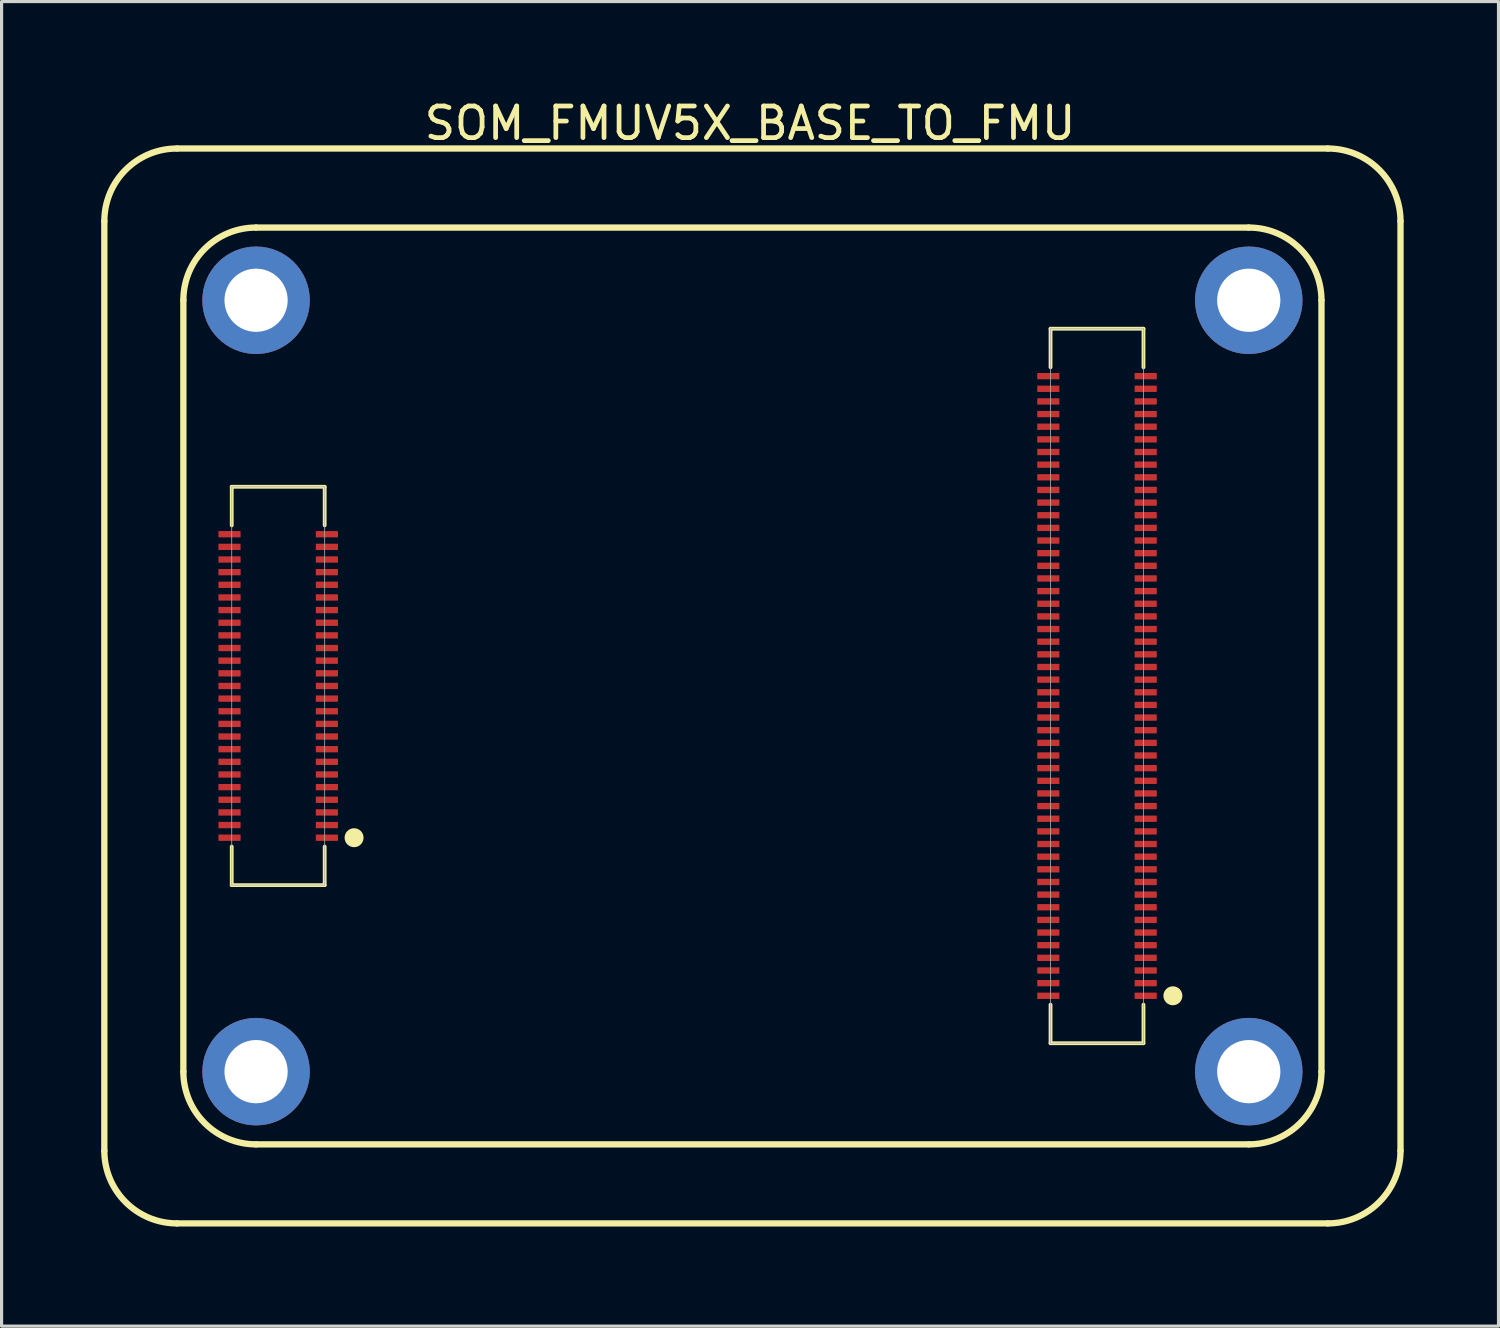
<source format=kicad_pcb>
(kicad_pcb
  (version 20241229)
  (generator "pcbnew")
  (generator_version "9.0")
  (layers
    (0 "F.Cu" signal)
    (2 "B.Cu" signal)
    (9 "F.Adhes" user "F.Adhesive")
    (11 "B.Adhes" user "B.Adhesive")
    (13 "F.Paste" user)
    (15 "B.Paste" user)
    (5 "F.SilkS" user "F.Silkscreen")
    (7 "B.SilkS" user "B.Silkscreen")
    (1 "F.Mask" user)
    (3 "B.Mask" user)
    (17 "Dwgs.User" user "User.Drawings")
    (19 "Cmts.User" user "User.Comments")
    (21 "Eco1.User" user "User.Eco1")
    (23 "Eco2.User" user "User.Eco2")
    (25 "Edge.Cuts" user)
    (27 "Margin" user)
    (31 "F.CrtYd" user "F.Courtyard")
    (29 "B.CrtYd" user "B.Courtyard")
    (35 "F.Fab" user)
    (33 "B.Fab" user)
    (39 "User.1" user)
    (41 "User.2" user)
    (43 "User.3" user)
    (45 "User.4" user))
  (footprint "SOM_FMUV5X_BASE_TO_FMU"
    (layer "F.Cu")
    (at 0.25 35.648)
    (property "Reference" "SOM_FMUV5X_BASE_TO_FMU" (at 20.425 -34.8 0) (layer "F.SilkS") (effects (font (size 1 1) (thickness 0.15))))
    (fp_line (start 0 -2.3) (end 0 -31.7) (stroke (width 0.2) (type solid)) (layer "F.SilkS"))
    (fp_line (start 2.3 -34) (end 38.7 -34) (stroke (width 0.2) (type solid)) (layer "F.SilkS"))
    (fp_line (start 2.3 0) (end 38.7 0) (stroke (width 0.2) (type solid)) (layer "F.SilkS"))
    (fp_line (start 2.5 -4.8) (end 2.5 -29.2) (stroke (width 0.2) (type solid)) (layer "F.SilkS"))
    (fp_line (start 4.03 -23.3) (end 6.97 -23.3) (stroke (width 0.12) (type solid)) (layer "F.SilkS"))
    (fp_line (start 4.03 -22.08) (end 4.03 -23.3) (stroke (width 0.12) (type solid)) (layer "F.SilkS"))
    (fp_line (start 4.03 -10.7) (end 4.03 -11.92) (stroke (width 0.12) (type solid)) (layer "F.SilkS"))
    (fp_line (start 4.03 -10.7) (end 6.97 -10.7) (stroke (width 0.12) (type solid)) (layer "F.SilkS"))
    (fp_line (start 4.8 -31.5) (end 36.2 -31.5) (stroke (width 0.2) (type solid)) (layer "F.SilkS"))
    (fp_line (start 4.8 -2.5) (end 36.2 -2.5) (stroke (width 0.2) (type solid)) (layer "F.SilkS"))
    (fp_line (start 6.97 -22.08) (end 6.97 -23.3) (stroke (width 0.12) (type solid)) (layer "F.SilkS"))
    (fp_line (start 6.97 -10.7) (end 6.97 -11.92) (stroke (width 0.12) (type solid)) (layer "F.SilkS"))
    (fp_line (start 29.93 -28.3) (end 32.87 -28.3) (stroke (width 0.12) (type solid)) (layer "F.SilkS"))
    (fp_line (start 29.93 -27.08) (end 29.93 -28.3) (stroke (width 0.12) (type solid)) (layer "F.SilkS"))
    (fp_line (start 29.93 -5.7) (end 29.93 -6.92) (stroke (width 0.12) (type solid)) (layer "F.SilkS"))
    (fp_line (start 29.93 -5.7) (end 32.87 -5.7) (stroke (width 0.12) (type solid)) (layer "F.SilkS"))
    (fp_line (start 32.87 -27.08) (end 32.87 -28.3) (stroke (width 0.12) (type solid)) (layer "F.SilkS"))
    (fp_line (start 32.87 -5.7) (end 32.87 -6.92) (stroke (width 0.12) (type solid)) (layer "F.SilkS"))
    (fp_line (start 38.5 -4.8) (end 38.5 -29.2) (stroke (width 0.2) (type solid)) (layer "F.SilkS"))
    (fp_line (start 41 -2.3) (end 41 -31.7) (stroke (width 0.2) (type solid)) (layer "F.SilkS"))
    (fp_arc (start 0 -31.7) (mid 0.673654 -33.326346) (end 2.3 -34) (stroke (width 0.2) (type solid)) (layer "F.SilkS"))
    (fp_arc (start 2.3 0) (mid 0.673654 -0.673654) (end 0 -2.3) (stroke (width 0.2) (type solid)) (layer "F.SilkS"))
    (fp_arc (start 2.5 -29.2) (mid 3.173654 -30.826346) (end 4.8 -31.5) (stroke (width 0.2) (type solid)) (layer "F.SilkS"))
    (fp_arc (start 4.8 -2.5) (mid 3.173654 -3.173654) (end 2.5 -4.8) (stroke (width 0.2) (type solid)) (layer "F.SilkS"))
    (fp_arc (start 36.2 -31.5) (mid 37.826346 -30.826346) (end 38.5 -29.2) (stroke (width 0.2) (type solid)) (layer "F.SilkS"))
    (fp_arc (start 38.5 -4.8) (mid 37.826346 -3.173654) (end 36.2 -2.5) (stroke (width 0.2) (type solid)) (layer "F.SilkS"))
    (fp_arc (start 38.7 -34) (mid 40.326346 -33.326346) (end 41 -31.7) (stroke (width 0.2) (type solid)) (layer "F.SilkS"))
    (fp_arc (start 41 -2.3) (mid 40.326346 -0.673654) (end 38.7 0) (stroke (width 0.2) (type solid)) (layer "F.SilkS"))
    (fp_circle (center 7.9 -12.2) (end 7.9 -12.35) (stroke (width 0.3) (type solid)) (fill no) (layer "F.SilkS"))
    (fp_circle (center 33.8 -7.2) (end 33.8 -7.35) (stroke (width 0.3) (type solid)) (fill no) (layer "F.SilkS"))
    (fp_line (start 0 -2.3) (end 0 -31.7) (stroke (width 0.2) (type solid)) (layer "Eco2.User"))
    (fp_line (start 0 -2.3) (end 0 -31.7) (stroke (width 0.2) (type solid)) (layer "Eco2.User"))
    (fp_line (start 2.3 -34) (end 38.7 -34) (stroke (width 0.2) (type solid)) (layer "Eco2.User"))
    (fp_line (start 2.3 -34) (end 38.7 -34) (stroke (width 0.2) (type solid)) (layer "Eco2.User"))
    (fp_line (start 2.3 0) (end 38.7 0) (stroke (width 0.2) (type solid)) (layer "Eco2.User"))
    (fp_line (start 2.3 0) (end 38.7 0) (stroke (width 0.2) (type solid)) (layer "Eco2.User"))
    (fp_line (start 3.11 -22.4) (end 3.53 -22.4) (stroke (width 0.05) (type solid)) (layer "Eco2.User"))
    (fp_line (start 3.11 -11.6) (end 3.11 -22.4) (stroke (width 0.05) (type solid)) (layer "Eco2.User"))
    (fp_line (start 3.11 -11.6) (end 3.53 -11.6) (stroke (width 0.05) (type solid)) (layer "Eco2.User"))
    (fp_line (start 3.53 -23.8) (end 7.47 -23.8) (stroke (width 0.05) (type solid)) (layer "Eco2.User"))
    (fp_line (start 3.53 -22.4) (end 3.53 -23.8) (stroke (width 0.05) (type solid)) (layer "Eco2.User"))
    (fp_line (start 3.53 -10.2) (end 3.53 -11.6) (stroke (width 0.05) (type solid)) (layer "Eco2.User"))
    (fp_line (start 3.53 -10.2) (end 7.47 -10.2) (stroke (width 0.05) (type solid)) (layer "Eco2.User"))
    (fp_line (start 4.03 -23.3) (end 6.97 -23.3) (stroke (width 0.12) (type solid)) (layer "Eco2.User"))
    (fp_line (start 4.03 -10.7) (end 4.03 -23.3) (stroke (width 0.12) (type solid)) (layer "Eco2.User"))
    (fp_line (start 4.03 -10.7) (end 6.97 -10.7) (stroke (width 0.12) (type solid)) (layer "Eco2.User"))
    (fp_line (start 5.15 -17) (end 5.85 -17) (stroke (width 0.05) (type solid)) (layer "Eco2.User"))
    (fp_line (start 5.5 -16.65) (end 5.5 -17.35) (stroke (width 0.05) (type solid)) (layer "Eco2.User"))
    (fp_line (start 5.955 -11.55) (end 6.656 -11.955) (stroke (width 0.12) (type solid)) (layer "Eco2.User"))
    (fp_line (start 5.955 -11.55) (end 6.656 -11.145) (stroke (width 0.12) (type solid)) (layer "Eco2.User"))
    (fp_line (start 6.656 -11.145) (end 6.656 -11.955) (stroke (width 0.12) (type solid)) (layer "Eco2.User"))
    (fp_line (start 6.97 -10.7) (end 6.97 -23.3) (stroke (width 0.12) (type solid)) (layer "Eco2.User"))
    (fp_line (start 7.47 -22.4) (end 7.47 -23.8) (stroke (width 0.05) (type solid)) (layer "Eco2.User"))
    (fp_line (start 7.47 -22.4) (end 7.89 -22.4) (stroke (width 0.05) (type solid)) (layer "Eco2.User"))
    (fp_line (start 7.47 -11.6) (end 7.89 -11.6) (stroke (width 0.05) (type solid)) (layer "Eco2.User"))
    (fp_line (start 7.47 -10.2) (end 7.47 -11.6) (stroke (width 0.05) (type solid)) (layer "Eco2.User"))
    (fp_line (start 7.89 -11.6) (end 7.89 -22.4) (stroke (width 0.05) (type solid)) (layer "Eco2.User"))
    (fp_line (start 29.26 -27.15) (end 29.43 -27.15) (stroke (width 0.05) (type solid)) (layer "Eco2.User"))
    (fp_line (start 29.26 -6.85) (end 29.26 -27.15) (stroke (width 0.05) (type solid)) (layer "Eco2.User"))
    (fp_line (start 29.26 -6.85) (end 29.43 -6.85) (stroke (width 0.05) (type solid)) (layer "Eco2.User"))
    (fp_line (start 29.43 -28.8) (end 33.37 -28.8) (stroke (width 0.05) (type solid)) (layer "Eco2.User"))
    (fp_line (start 29.43 -27.15) (end 29.43 -28.8) (stroke (width 0.05) (type solid)) (layer "Eco2.User"))
    (fp_line (start 29.43 -5.2) (end 29.43 -6.85) (stroke (width 0.05) (type solid)) (layer "Eco2.User"))
    (fp_line (start 29.43 -5.2) (end 33.37 -5.2) (stroke (width 0.05) (type solid)) (layer "Eco2.User"))
    (fp_line (start 29.93 -28.3) (end 32.87 -28.3) (stroke (width 0.12) (type solid)) (layer "Eco2.User"))
    (fp_line (start 29.93 -5.7) (end 29.93 -28.3) (stroke (width 0.12) (type solid)) (layer "Eco2.User"))
    (fp_line (start 29.93 -5.7) (end 32.87 -5.7) (stroke (width 0.12) (type solid)) (layer "Eco2.User"))
    (fp_line (start 31.05 -17) (end 31.75 -17) (stroke (width 0.05) (type solid)) (layer "Eco2.User"))
    (fp_line (start 31.4 -16.65) (end 31.4 -17.35) (stroke (width 0.05) (type solid)) (layer "Eco2.User"))
    (fp_line (start 31.855 -6.45) (end 32.556 -6.855) (stroke (width 0.12) (type solid)) (layer "Eco2.User"))
    (fp_line (start 31.855 -6.45) (end 32.556 -6.045) (stroke (width 0.12) (type solid)) (layer "Eco2.User"))
    (fp_line (start 32.556 -6.045) (end 32.556 -6.855) (stroke (width 0.12) (type solid)) (layer "Eco2.User"))
    (fp_line (start 32.87 -5.7) (end 32.87 -28.3) (stroke (width 0.12) (type solid)) (layer "Eco2.User"))
    (fp_line (start 33.37 -27.15) (end 33.37 -28.8) (stroke (width 0.05) (type solid)) (layer "Eco2.User"))
    (fp_line (start 33.37 -27.15) (end 33.54 -27.15) (stroke (width 0.05) (type solid)) (layer "Eco2.User"))
    (fp_line (start 33.37 -6.85) (end 33.54 -6.85) (stroke (width 0.05) (type solid)) (layer "Eco2.User"))
    (fp_line (start 33.37 -5.2) (end 33.37 -6.85) (stroke (width 0.05) (type solid)) (layer "Eco2.User"))
    (fp_line (start 33.54 -6.85) (end 33.54 -27.15) (stroke (width 0.05) (type solid)) (layer "Eco2.User"))
    (fp_line (start 41 -2.3) (end 41 -31.7) (stroke (width 0.2) (type solid)) (layer "Eco2.User"))
    (fp_line (start 41 -2.3) (end 41 -31.7) (stroke (width 0.2) (type solid)) (layer "Eco2.User"))
    (fp_arc (start 0 -31.7) (mid 0.673654 -33.326346) (end 2.3 -34) (stroke (width 0.2) (type solid)) (layer "Eco2.User"))
    (fp_arc (start 0 -31.7) (mid 0.673654 -33.326346) (end 2.3 -34) (stroke (width 0.2) (type solid)) (layer "Eco2.User"))
    (fp_arc (start 2.3 0) (mid 0.673654 -0.673654) (end 0 -2.3) (stroke (width 0.2) (type solid)) (layer "Eco2.User"))
    (fp_arc (start 2.3 0) (mid 0.673654 -0.673654) (end 0 -2.3) (stroke (width 0.2) (type solid)) (layer "Eco2.User"))
    (fp_arc (start 38.7 -34) (mid 40.326346 -33.326346) (end 41 -31.7) (stroke (width 0.2) (type solid)) (layer "Eco2.User"))
    (fp_arc (start 38.7 -34) (mid 40.326346 -33.326346) (end 41 -31.7) (stroke (width 0.2) (type solid)) (layer "Eco2.User"))
    (fp_arc (start 41 -2.3) (mid 40.326346 -0.673654) (end 38.7 0) (stroke (width 0.2) (type solid)) (layer "Eco2.User"))
    (fp_arc (start 41 -2.3) (mid 40.326346 -0.673654) (end 38.7 0) (stroke (width 0.2) (type solid)) (layer "Eco2.User"))
    (fp_circle (center 5.5 -17) (end 5.5 -17.25) (stroke (width 0.05) (type solid)) (fill no) (layer "Eco2.User"))
    (fp_circle (center 31.4 -17) (end 31.4 -17.25) (stroke (width 0.05) (type solid)) (fill no) (layer "Eco2.User"))
    (fp_line (start 4.03 -23.3) (end 6.97 -23.3) (stroke (width 0.025) (type solid)) (layer "F.Fab"))
    (fp_line (start 4.03 -10.7) (end 4.03 -23.3) (stroke (width 0.025) (type solid)) (layer "F.Fab"))
    (fp_line (start 4.03 -10.7) (end 6.97 -10.7) (stroke (width 0.025) (type solid)) (layer "F.Fab"))
    (fp_line (start 6.97 -10.7) (end 6.97 -23.3) (stroke (width 0.025) (type solid)) (layer "F.Fab"))
    (fp_line (start 29.93 -28.3) (end 32.87 -28.3) (stroke (width 0.025) (type solid)) (layer "F.Fab"))
    (fp_line (start 29.93 -5.7) (end 29.93 -28.3) (stroke (width 0.025) (type solid)) (layer "F.Fab"))
    (fp_line (start 29.93 -5.7) (end 32.87 -5.7) (stroke (width 0.025) (type solid)) (layer "F.Fab"))
    (fp_line (start 32.87 -5.7) (end 32.87 -28.3) (stroke (width 0.025) (type solid)) (layer "F.Fab"))
    (fp_text user "${REFERENCE}" (at 31.4 -17 90) (unlocked yes) (layer "Eco2.User") (effects (font (face "Arial") (size 0.756 0.756) (thickness 0.254)) (justify left bottom)))
    (fp_text user "${REFERENCE}" (at 5.5 -17 90) (unlocked yes) (layer "Eco2.User") (effects (font (face "Arial") (size 0.756 0.756) (thickness 0.254)) (justify left bottom)))
    (pad "M1" thru_hole circle (at 4.8 -4.8 180) (size 3.4 3.4) (drill 2) (layers "*.Cu" "*.Mask"))
    (pad "M2" thru_hole circle (at 4.8 -29.2 180) (size 3.4 3.4) (drill 2) (layers "*.Cu" "*.Mask"))
    (pad "M3" thru_hole circle (at 36.2 -4.8 180) (size 3.4 3.4) (drill 2) (layers "*.Cu" "*.Mask"))
    (pad "M4" thru_hole circle (at 36.2 -29.2 180) (size 3.4 3.4) (drill 2) (layers "*.Cu" "*.Mask"))
    (pad "X1_1" smd rect (at 32.94 -7.2 90) (size 0.2 0.7) (layers "F.Cu" "F.Mask" "F.Paste"))
    (pad "X1_2" smd rect (at 29.86 -7.2 90) (size 0.2 0.7) (layers "F.Cu" "F.Mask" "F.Paste"))
    (pad "X1_3" smd rect (at 32.94 -7.6 90) (size 0.2 0.7) (layers "F.Cu" "F.Mask" "F.Paste"))
    (pad "X1_4" smd rect (at 29.86 -7.6 90) (size 0.2 0.7) (layers "F.Cu" "F.Mask" "F.Paste"))
    (pad "X1_5" smd rect (at 32.94 -8 90) (size 0.2 0.7) (layers "F.Cu" "F.Mask" "F.Paste"))
    (pad "X1_6" smd rect (at 29.86 -8 90) (size 0.2 0.7) (layers "F.Cu" "F.Mask" "F.Paste"))
    (pad "X1_7" smd rect (at 32.94 -8.4 90) (size 0.2 0.7) (layers "F.Cu" "F.Mask" "F.Paste"))
    (pad "X1_8" smd rect (at 29.86 -8.4 90) (size 0.2 0.7) (layers "F.Cu" "F.Mask" "F.Paste"))
    (pad "X1_9" smd rect (at 32.94 -8.8 90) (size 0.2 0.7) (layers "F.Cu" "F.Mask" "F.Paste"))
    (pad "X1_10" smd rect (at 29.86 -8.8 90) (size 0.2 0.7) (layers "F.Cu" "F.Mask" "F.Paste"))
    (pad "X1_11" smd rect (at 32.94 -9.2 90) (size 0.2 0.7) (layers "F.Cu" "F.Mask" "F.Paste"))
    (pad "X1_12" smd rect (at 29.86 -9.2 90) (size 0.2 0.7) (layers "F.Cu" "F.Mask" "F.Paste"))
    (pad "X1_13" smd rect (at 32.94 -9.6 90) (size 0.2 0.7) (layers "F.Cu" "F.Mask" "F.Paste"))
    (pad "X1_14" smd rect (at 29.86 -9.6 90) (size 0.2 0.7) (layers "F.Cu" "F.Mask" "F.Paste"))
    (pad "X1_15" smd rect (at 32.94 -10 90) (size 0.2 0.7) (layers "F.Cu" "F.Mask" "F.Paste"))
    (pad "X1_16" smd rect (at 29.86 -10 90) (size 0.2 0.7) (layers "F.Cu" "F.Mask" "F.Paste"))
    (pad "X1_17" smd rect (at 32.94 -10.4 90) (size 0.2 0.7) (layers "F.Cu" "F.Mask" "F.Paste"))
    (pad "X1_18" smd rect (at 29.86 -10.4 90) (size 0.2 0.7) (layers "F.Cu" "F.Mask" "F.Paste"))
    (pad "X1_19" smd rect (at 32.94 -10.8 90) (size 0.2 0.7) (layers "F.Cu" "F.Mask" "F.Paste"))
    (pad "X1_20" smd rect (at 29.86 -10.8 90) (size 0.2 0.7) (layers "F.Cu" "F.Mask" "F.Paste"))
    (pad "X1_21" smd rect (at 32.94 -11.2 90) (size 0.2 0.7) (layers "F.Cu" "F.Mask" "F.Paste"))
    (pad "X1_22" smd rect (at 29.86 -11.2 90) (size 0.2 0.7) (layers "F.Cu" "F.Mask" "F.Paste"))
    (pad "X1_23" smd rect (at 32.94 -11.6 90) (size 0.2 0.7) (layers "F.Cu" "F.Mask" "F.Paste"))
    (pad "X1_24" smd rect (at 29.86 -11.6 90) (size 0.2 0.7) (layers "F.Cu" "F.Mask" "F.Paste"))
    (pad "X1_25" smd rect (at 32.94 -12 90) (size 0.2 0.7) (layers "F.Cu" "F.Mask" "F.Paste"))
    (pad "X1_26" smd rect (at 29.86 -12 90) (size 0.2 0.7) (layers "F.Cu" "F.Mask" "F.Paste"))
    (pad "X1_27" smd rect (at 32.94 -12.4 90) (size 0.2 0.7) (layers "F.Cu" "F.Mask" "F.Paste"))
    (pad "X1_28" smd rect (at 29.86 -12.4 90) (size 0.2 0.7) (layers "F.Cu" "F.Mask" "F.Paste"))
    (pad "X1_29" smd rect (at 32.94 -12.8 90) (size 0.2 0.7) (layers "F.Cu" "F.Mask" "F.Paste"))
    (pad "X1_30" smd rect (at 29.86 -12.8 90) (size 0.2 0.7) (layers "F.Cu" "F.Mask" "F.Paste"))
    (pad "X1_31" smd rect (at 32.94 -13.2 90) (size 0.2 0.7) (layers "F.Cu" "F.Mask" "F.Paste"))
    (pad "X1_32" smd rect (at 29.86 -13.2 90) (size 0.2 0.7) (layers "F.Cu" "F.Mask" "F.Paste"))
    (pad "X1_33" smd rect (at 32.94 -13.6 90) (size 0.2 0.7) (layers "F.Cu" "F.Mask" "F.Paste"))
    (pad "X1_34" smd rect (at 29.86 -13.6 90) (size 0.2 0.7) (layers "F.Cu" "F.Mask" "F.Paste"))
    (pad "X1_35" smd rect (at 32.94 -14 90) (size 0.2 0.7) (layers "F.Cu" "F.Mask" "F.Paste"))
    (pad "X1_36" smd rect (at 29.86 -14 90) (size 0.2 0.7) (layers "F.Cu" "F.Mask" "F.Paste"))
    (pad "X1_37" smd rect (at 32.94 -14.4 90) (size 0.2 0.7) (layers "F.Cu" "F.Mask" "F.Paste"))
    (pad "X1_38" smd rect (at 29.86 -14.4 90) (size 0.2 0.7) (layers "F.Cu" "F.Mask" "F.Paste"))
    (pad "X1_39" smd rect (at 32.94 -14.8 90) (size 0.2 0.7) (layers "F.Cu" "F.Mask" "F.Paste"))
    (pad "X1_40" smd rect (at 29.86 -14.8 90) (size 0.2 0.7) (layers "F.Cu" "F.Mask" "F.Paste"))
    (pad "X1_41" smd rect (at 32.94 -15.2 90) (size 0.2 0.7) (layers "F.Cu" "F.Mask" "F.Paste"))
    (pad "X1_42" smd rect (at 29.86 -15.2 90) (size 0.2 0.7) (layers "F.Cu" "F.Mask" "F.Paste"))
    (pad "X1_43" smd rect (at 32.94 -15.6 90) (size 0.2 0.7) (layers "F.Cu" "F.Mask" "F.Paste"))
    (pad "X1_44" smd rect (at 29.86 -15.6 90) (size 0.2 0.7) (layers "F.Cu" "F.Mask" "F.Paste"))
    (pad "X1_45" smd rect (at 32.94 -16 90) (size 0.2 0.7) (layers "F.Cu" "F.Mask" "F.Paste"))
    (pad "X1_46" smd rect (at 29.86 -16 90) (size 0.2 0.7) (layers "F.Cu" "F.Mask" "F.Paste"))
    (pad "X1_47" smd rect (at 32.94 -16.4 90) (size 0.2 0.7) (layers "F.Cu" "F.Mask" "F.Paste"))
    (pad "X1_48" smd rect (at 29.86 -16.4 90) (size 0.2 0.7) (layers "F.Cu" "F.Mask" "F.Paste"))
    (pad "X1_49" smd rect (at 32.94 -16.8 90) (size 0.2 0.7) (layers "F.Cu" "F.Mask" "F.Paste"))
    (pad "X1_50" smd rect (at 29.86 -16.8 90) (size 0.2 0.7) (layers "F.Cu" "F.Mask" "F.Paste"))
    (pad "X1_51" smd rect (at 32.94 -17.2 90) (size 0.2 0.7) (layers "F.Cu" "F.Mask" "F.Paste"))
    (pad "X1_52" smd rect (at 29.86 -17.2 90) (size 0.2 0.7) (layers "F.Cu" "F.Mask" "F.Paste"))
    (pad "X1_53" smd rect (at 32.94 -17.6 90) (size 0.2 0.7) (layers "F.Cu" "F.Mask" "F.Paste"))
    (pad "X1_54" smd rect (at 29.86 -17.6 90) (size 0.2 0.7) (layers "F.Cu" "F.Mask" "F.Paste"))
    (pad "X1_55" smd rect (at 32.94 -18 90) (size 0.2 0.7) (layers "F.Cu" "F.Mask" "F.Paste"))
    (pad "X1_56" smd rect (at 29.86 -18 90) (size 0.2 0.7) (layers "F.Cu" "F.Mask" "F.Paste"))
    (pad "X1_57" smd rect (at 32.94 -18.4 90) (size 0.2 0.7) (layers "F.Cu" "F.Mask" "F.Paste"))
    (pad "X1_58" smd rect (at 29.86 -18.4 90) (size 0.2 0.7) (layers "F.Cu" "F.Mask" "F.Paste"))
    (pad "X1_59" smd rect (at 32.94 -18.8 90) (size 0.2 0.7) (layers "F.Cu" "F.Mask" "F.Paste"))
    (pad "X1_60" smd rect (at 29.86 -18.8 90) (size 0.2 0.7) (layers "F.Cu" "F.Mask" "F.Paste"))
    (pad "X1_61" smd rect (at 32.94 -19.2 90) (size 0.2 0.7) (layers "F.Cu" "F.Mask" "F.Paste"))
    (pad "X1_62" smd rect (at 29.86 -19.2 90) (size 0.2 0.7) (layers "F.Cu" "F.Mask" "F.Paste"))
    (pad "X1_63" smd rect (at 32.94 -19.6 90) (size 0.2 0.7) (layers "F.Cu" "F.Mask" "F.Paste"))
    (pad "X1_64" smd rect (at 29.86 -19.6 90) (size 0.2 0.7) (layers "F.Cu" "F.Mask" "F.Paste"))
    (pad "X1_65" smd rect (at 32.94 -20 90) (size 0.2 0.7) (layers "F.Cu" "F.Mask" "F.Paste"))
    (pad "X1_66" smd rect (at 29.86 -20 90) (size 0.2 0.7) (layers "F.Cu" "F.Mask" "F.Paste"))
    (pad "X1_67" smd rect (at 32.94 -20.4 90) (size 0.2 0.7) (layers "F.Cu" "F.Mask" "F.Paste"))
    (pad "X1_68" smd rect (at 29.86 -20.4 90) (size 0.2 0.7) (layers "F.Cu" "F.Mask" "F.Paste"))
    (pad "X1_69" smd rect (at 32.94 -20.8 90) (size 0.2 0.7) (layers "F.Cu" "F.Mask" "F.Paste"))
    (pad "X1_70" smd rect (at 29.86 -20.8 90) (size 0.2 0.7) (layers "F.Cu" "F.Mask" "F.Paste"))
    (pad "X1_71" smd rect (at 32.94 -21.2 90) (size 0.2 0.7) (layers "F.Cu" "F.Mask" "F.Paste"))
    (pad "X1_72" smd rect (at 29.86 -21.2 90) (size 0.2 0.7) (layers "F.Cu" "F.Mask" "F.Paste"))
    (pad "X1_73" smd rect (at 32.94 -21.6 90) (size 0.2 0.7) (layers "F.Cu" "F.Mask" "F.Paste"))
    (pad "X1_74" smd rect (at 29.86 -21.6 90) (size 0.2 0.7) (layers "F.Cu" "F.Mask" "F.Paste"))
    (pad "X1_75" smd rect (at 32.94 -22 90) (size 0.2 0.7) (layers "F.Cu" "F.Mask" "F.Paste"))
    (pad "X1_76" smd rect (at 29.86 -22 90) (size 0.2 0.7) (layers "F.Cu" "F.Mask" "F.Paste"))
    (pad "X1_77" smd rect (at 32.94 -22.4 90) (size 0.2 0.7) (layers "F.Cu" "F.Mask" "F.Paste"))
    (pad "X1_78" smd rect (at 29.86 -22.4 90) (size 0.2 0.7) (layers "F.Cu" "F.Mask" "F.Paste"))
    (pad "X1_79" smd rect (at 32.94 -22.8 90) (size 0.2 0.7) (layers "F.Cu" "F.Mask" "F.Paste"))
    (pad "X1_80" smd rect (at 29.86 -22.8 90) (size 0.2 0.7) (layers "F.Cu" "F.Mask" "F.Paste"))
    (pad "X1_81" smd rect (at 32.94 -23.2 90) (size 0.2 0.7) (layers "F.Cu" "F.Mask" "F.Paste"))
    (pad "X1_82" smd rect (at 29.86 -23.2 90) (size 0.2 0.7) (layers "F.Cu" "F.Mask" "F.Paste"))
    (pad "X1_83" smd rect (at 32.94 -23.6 90) (size 0.2 0.7) (layers "F.Cu" "F.Mask" "F.Paste"))
    (pad "X1_84" smd rect (at 29.86 -23.6 90) (size 0.2 0.7) (layers "F.Cu" "F.Mask" "F.Paste"))
    (pad "X1_85" smd rect (at 32.94 -24 90) (size 0.2 0.7) (layers "F.Cu" "F.Mask" "F.Paste"))
    (pad "X1_86" smd rect (at 29.86 -24 90) (size 0.2 0.7) (layers "F.Cu" "F.Mask" "F.Paste"))
    (pad "X1_87" smd rect (at 32.94 -24.4 90) (size 0.2 0.7) (layers "F.Cu" "F.Mask" "F.Paste"))
    (pad "X1_88" smd rect (at 29.86 -24.4 90) (size 0.2 0.7) (layers "F.Cu" "F.Mask" "F.Paste"))
    (pad "X1_89" smd rect (at 32.94 -24.8 90) (size 0.2 0.7) (layers "F.Cu" "F.Mask" "F.Paste"))
    (pad "X1_90" smd rect (at 29.86 -24.8 90) (size 0.2 0.7) (layers "F.Cu" "F.Mask" "F.Paste"))
    (pad "X1_91" smd rect (at 32.94 -25.2 90) (size 0.2 0.7) (layers "F.Cu" "F.Mask" "F.Paste"))
    (pad "X1_92" smd rect (at 29.86 -25.2 90) (size 0.2 0.7) (layers "F.Cu" "F.Mask" "F.Paste"))
    (pad "X1_93" smd rect (at 32.94 -25.6 90) (size 0.2 0.7) (layers "F.Cu" "F.Mask" "F.Paste"))
    (pad "X1_94" smd rect (at 29.86 -25.6 90) (size 0.2 0.7) (layers "F.Cu" "F.Mask" "F.Paste"))
    (pad "X1_95" smd rect (at 32.94 -26 90) (size 0.2 0.7) (layers "F.Cu" "F.Mask" "F.Paste"))
    (pad "X1_96" smd rect (at 29.86 -26 90) (size 0.2 0.7) (layers "F.Cu" "F.Mask" "F.Paste"))
    (pad "X1_97" smd rect (at 32.94 -26.4 90) (size 0.2 0.7) (layers "F.Cu" "F.Mask" "F.Paste"))
    (pad "X1_98" smd rect (at 29.86 -26.4 90) (size 0.2 0.7) (layers "F.Cu" "F.Mask" "F.Paste"))
    (pad "X1_99" smd rect (at 32.94 -26.8 90) (size 0.2 0.7) (layers "F.Cu" "F.Mask" "F.Paste"))
    (pad "X1_100" smd rect (at 29.86 -26.8 90) (size 0.2 0.7) (layers "F.Cu" "F.Mask" "F.Paste"))
    (pad "X2_1" smd rect (at 7.04 -12.2 90) (size 0.2 0.7) (layers "F.Cu" "F.Mask" "F.Paste"))
    (pad "X2_2" smd rect (at 3.96 -12.2 90) (size 0.2 0.7) (layers "F.Cu" "F.Mask" "F.Paste"))
    (pad "X2_3" smd rect (at 7.04 -12.6 90) (size 0.2 0.7) (layers "F.Cu" "F.Mask" "F.Paste"))
    (pad "X2_4" smd rect (at 3.96 -12.6 90) (size 0.2 0.7) (layers "F.Cu" "F.Mask" "F.Paste"))
    (pad "X2_5" smd rect (at 7.04 -13 90) (size 0.2 0.7) (layers "F.Cu" "F.Mask" "F.Paste"))
    (pad "X2_6" smd rect (at 3.96 -13 90) (size 0.2 0.7) (layers "F.Cu" "F.Mask" "F.Paste"))
    (pad "X2_7" smd rect (at 7.04 -13.4 90) (size 0.2 0.7) (layers "F.Cu" "F.Mask" "F.Paste"))
    (pad "X2_8" smd rect (at 3.96 -13.4 90) (size 0.2 0.7) (layers "F.Cu" "F.Mask" "F.Paste"))
    (pad "X2_9" smd rect (at 7.04 -13.8 90) (size 0.2 0.7) (layers "F.Cu" "F.Mask" "F.Paste"))
    (pad "X2_10" smd rect (at 3.96 -13.8 90) (size 0.2 0.7) (layers "F.Cu" "F.Mask" "F.Paste"))
    (pad "X2_11" smd rect (at 7.04 -14.2 90) (size 0.2 0.7) (layers "F.Cu" "F.Mask" "F.Paste"))
    (pad "X2_12" smd rect (at 3.96 -14.2 90) (size 0.2 0.7) (layers "F.Cu" "F.Mask" "F.Paste"))
    (pad "X2_13" smd rect (at 7.04 -14.6 90) (size 0.2 0.7) (layers "F.Cu" "F.Mask" "F.Paste"))
    (pad "X2_14" smd rect (at 3.96 -14.6 90) (size 0.2 0.7) (layers "F.Cu" "F.Mask" "F.Paste"))
    (pad "X2_15" smd rect (at 7.04 -15 90) (size 0.2 0.7) (layers "F.Cu" "F.Mask" "F.Paste"))
    (pad "X2_16" smd rect (at 3.96 -15 90) (size 0.2 0.7) (layers "F.Cu" "F.Mask" "F.Paste"))
    (pad "X2_17" smd rect (at 7.04 -15.4 90) (size 0.2 0.7) (layers "F.Cu" "F.Mask" "F.Paste"))
    (pad "X2_18" smd rect (at 3.96 -15.4 90) (size 0.2 0.7) (layers "F.Cu" "F.Mask" "F.Paste"))
    (pad "X2_19" smd rect (at 7.04 -15.8 90) (size 0.2 0.7) (layers "F.Cu" "F.Mask" "F.Paste"))
    (pad "X2_20" smd rect (at 3.96 -15.8 90) (size 0.2 0.7) (layers "F.Cu" "F.Mask" "F.Paste"))
    (pad "X2_21" smd rect (at 7.04 -16.2 90) (size 0.2 0.7) (layers "F.Cu" "F.Mask" "F.Paste"))
    (pad "X2_22" smd rect (at 3.96 -16.2 90) (size 0.2 0.7) (layers "F.Cu" "F.Mask" "F.Paste"))
    (pad "X2_23" smd rect (at 7.04 -16.6 90) (size 0.2 0.7) (layers "F.Cu" "F.Mask" "F.Paste"))
    (pad "X2_24" smd rect (at 3.96 -16.6 90) (size 0.2 0.7) (layers "F.Cu" "F.Mask" "F.Paste"))
    (pad "X2_25" smd rect (at 7.04 -17 90) (size 0.2 0.7) (layers "F.Cu" "F.Mask" "F.Paste"))
    (pad "X2_26" smd rect (at 3.96 -17 90) (size 0.2 0.7) (layers "F.Cu" "F.Mask" "F.Paste"))
    (pad "X2_27" smd rect (at 7.04 -17.4 90) (size 0.2 0.7) (layers "F.Cu" "F.Mask" "F.Paste"))
    (pad "X2_28" smd rect (at 3.96 -17.4 90) (size 0.2 0.7) (layers "F.Cu" "F.Mask" "F.Paste"))
    (pad "X2_29" smd rect (at 7.04 -17.8 90) (size 0.2 0.7) (layers "F.Cu" "F.Mask" "F.Paste"))
    (pad "X2_30" smd rect (at 3.96 -17.8 90) (size 0.2 0.7) (layers "F.Cu" "F.Mask" "F.Paste"))
    (pad "X2_31" smd rect (at 7.04 -18.2 90) (size 0.2 0.7) (layers "F.Cu" "F.Mask" "F.Paste"))
    (pad "X2_32" smd rect (at 3.96 -18.2 90) (size 0.2 0.7) (layers "F.Cu" "F.Mask" "F.Paste"))
    (pad "X2_33" smd rect (at 7.04 -18.6 90) (size 0.2 0.7) (layers "F.Cu" "F.Mask" "F.Paste"))
    (pad "X2_34" smd rect (at 3.96 -18.6 90) (size 0.2 0.7) (layers "F.Cu" "F.Mask" "F.Paste"))
    (pad "X2_35" smd rect (at 7.04 -19 90) (size 0.2 0.7) (layers "F.Cu" "F.Mask" "F.Paste"))
    (pad "X2_36" smd rect (at 3.96 -19 90) (size 0.2 0.7) (layers "F.Cu" "F.Mask" "F.Paste"))
    (pad "X2_37" smd rect (at 7.04 -19.4 90) (size 0.2 0.7) (layers "F.Cu" "F.Mask" "F.Paste"))
    (pad "X2_38" smd rect (at 3.96 -19.4 90) (size 0.2 0.7) (layers "F.Cu" "F.Mask" "F.Paste"))
    (pad "X2_39" smd rect (at 7.04 -19.8 90) (size 0.2 0.7) (layers "F.Cu" "F.Mask" "F.Paste"))
    (pad "X2_40" smd rect (at 3.96 -19.8 90) (size 0.2 0.7) (layers "F.Cu" "F.Mask" "F.Paste"))
    (pad "X2_41" smd rect (at 7.04 -20.2 90) (size 0.2 0.7) (layers "F.Cu" "F.Mask" "F.Paste"))
    (pad "X2_42" smd rect (at 3.96 -20.2 90) (size 0.2 0.7) (layers "F.Cu" "F.Mask" "F.Paste"))
    (pad "X2_43" smd rect (at 7.04 -20.6 90) (size 0.2 0.7) (layers "F.Cu" "F.Mask" "F.Paste"))
    (pad "X2_44" smd rect (at 3.96 -20.6 90) (size 0.2 0.7) (layers "F.Cu" "F.Mask" "F.Paste"))
    (pad "X2_45" smd rect (at 7.04 -21 90) (size 0.2 0.7) (layers "F.Cu" "F.Mask" "F.Paste"))
    (pad "X2_46" smd rect (at 3.96 -21 90) (size 0.2 0.7) (layers "F.Cu" "F.Mask" "F.Paste"))
    (pad "X2_47" smd rect (at 7.04 -21.4 90) (size 0.2 0.7) (layers "F.Cu" "F.Mask" "F.Paste"))
    (pad "X2_48" smd rect (at 3.96 -21.4 90) (size 0.2 0.7) (layers "F.Cu" "F.Mask" "F.Paste"))
    (pad "X2_49" smd rect (at 7.04 -21.8 90) (size 0.2 0.7) (layers "F.Cu" "F.Mask" "F.Paste"))
    (pad "X2_50" smd rect (at 3.96 -21.8 90) (size 0.2 0.7) (layers "F.Cu" "F.Mask" "F.Paste"))
    (zone (net_name "") (layer "F.Cu") (hatch edge 0.5) (connect_pads) (min_thickness 0.25) (filled_areas_thickness no) (keepout (tracks not_allowed) (vias not_allowed) (pads not_allowed) (copperpour not_allowed) (footprints allowed)) (placement (enabled no)) (fill) (polygon (pts (xy 5 13.948) (xy 4.56 13.948) (xy 4.56 13.748) (xy 5 13.748))))
    (zone (net_name "") (layer "F.Cu") (hatch edge 0.5) (connect_pads) (min_thickness 0.25) (filled_areas_thickness no) (keepout (tracks not_allowed) (vias not_allowed) (pads not_allowed) (copperpour not_allowed) (footprints allowed)) (placement (enabled no)) (fill) (polygon (pts (xy 5 14.348) (xy 4.56 14.348) (xy 4.56 14.148) (xy 5 14.148))))
    (zone (net_name "") (layer "F.Cu") (hatch edge 0.5) (connect_pads) (min_thickness 0.25) (filled_areas_thickness no) (keepout (tracks not_allowed) (vias not_allowed) (pads not_allowed) (copperpour not_allowed) (footprints allowed)) (placement (enabled no)) (fill) (polygon (pts (xy 5 14.748) (xy 4.56 14.748) (xy 4.56 14.548) (xy 5 14.548))))
    (zone (net_name "") (layer "F.Cu") (hatch edge 0.5) (connect_pads) (min_thickness 0.25) (filled_areas_thickness no) (keepout (tracks not_allowed) (vias not_allowed) (pads not_allowed) (copperpour not_allowed) (footprints allowed)) (placement (enabled no)) (fill) (polygon (pts (xy 5 15.148) (xy 4.56 15.148) (xy 4.56 14.948) (xy 5 14.948))))
    (zone (net_name "") (layer "F.Cu") (hatch edge 0.5) (connect_pads) (min_thickness 0.25) (filled_areas_thickness no) (keepout (tracks not_allowed) (vias not_allowed) (pads not_allowed) (copperpour not_allowed) (footprints allowed)) (placement (enabled no)) (fill) (polygon (pts (xy 5 15.548) (xy 4.56 15.548) (xy 4.56 15.348) (xy 5 15.348))))
    (zone (net_name "") (layer "F.Cu") (hatch edge 0.5) (connect_pads) (min_thickness 0.25) (filled_areas_thickness no) (keepout (tracks not_allowed) (vias not_allowed) (pads not_allowed) (copperpour not_allowed) (footprints allowed)) (placement (enabled no)) (fill) (polygon (pts (xy 5 15.948) (xy 4.56 15.948) (xy 4.56 15.748) (xy 5 15.748))))
    (zone (net_name "") (layer "F.Cu") (hatch edge 0.5) (connect_pads) (min_thickness 0.25) (filled_areas_thickness no) (keepout (tracks not_allowed) (vias not_allowed) (pads not_allowed) (copperpour not_allowed) (footprints allowed)) (placement (enabled no)) (fill) (polygon (pts (xy 5 16.348) (xy 4.56 16.348) (xy 4.56 16.148) (xy 5 16.148))))
    (zone (net_name "") (layer "F.Cu") (hatch edge 0.5) (connect_pads) (min_thickness 0.25) (filled_areas_thickness no) (keepout (tracks not_allowed) (vias not_allowed) (pads not_allowed) (copperpour not_allowed) (footprints allowed)) (placement (enabled no)) (fill) (polygon (pts (xy 5 16.748) (xy 4.56 16.748) (xy 4.56 16.548) (xy 5 16.548))))
    (zone (net_name "") (layer "F.Cu") (hatch edge 0.5) (connect_pads) (min_thickness 0.25) (filled_areas_thickness no) (keepout (tracks not_allowed) (vias not_allowed) (pads not_allowed) (copperpour not_allowed) (footprints allowed)) (placement (enabled no)) (fill) (polygon (pts (xy 5 17.148) (xy 4.56 17.148) (xy 4.56 16.948) (xy 5 16.948))))
    (zone (net_name "") (layer "F.Cu") (hatch edge 0.5) (connect_pads) (min_thickness 0.25) (filled_areas_thickness no) (keepout (tracks not_allowed) (vias not_allowed) (pads not_allowed) (copperpour not_allowed) (footprints allowed)) (placement (enabled no)) (fill) (polygon (pts (xy 5 17.548) (xy 4.56 17.548) (xy 4.56 17.348) (xy 5 17.348))))
    (zone (net_name "") (layer "F.Cu") (hatch edge 0.5) (connect_pads) (min_thickness 0.25) (filled_areas_thickness no) (keepout (tracks not_allowed) (vias not_allowed) (pads not_allowed) (copperpour not_allowed) (footprints allowed)) (placement (enabled no)) (fill) (polygon (pts (xy 5 17.948) (xy 4.56 17.948) (xy 4.56 17.748) (xy 5 17.748))))
    (zone (net_name "") (layer "F.Cu") (hatch edge 0.5) (connect_pads) (min_thickness 0.25) (filled_areas_thickness no) (keepout (tracks not_allowed) (vias not_allowed) (pads not_allowed) (copperpour not_allowed) (footprints allowed)) (placement (enabled no)) (fill) (polygon (pts (xy 5 18.348) (xy 4.56 18.348) (xy 4.56 18.148) (xy 5 18.148))))
    (zone (net_name "") (layer "F.Cu") (hatch edge 0.5) (connect_pads) (min_thickness 0.25) (filled_areas_thickness no) (keepout (tracks not_allowed) (vias not_allowed) (pads not_allowed) (copperpour not_allowed) (footprints allowed)) (placement (enabled no)) (fill) (polygon (pts (xy 5 18.748) (xy 4.56 18.748) (xy 4.56 18.548) (xy 5 18.548))))
    (zone (net_name "") (layer "F.Cu") (hatch edge 0.5) (connect_pads) (min_thickness 0.25) (filled_areas_thickness no) (keepout (tracks not_allowed) (vias not_allowed) (pads not_allowed) (copperpour not_allowed) (footprints allowed)) (placement (enabled no)) (fill) (polygon (pts (xy 5 19.148) (xy 4.56 19.148) (xy 4.56 18.948) (xy 5 18.948))))
    (zone (net_name "") (layer "F.Cu") (hatch edge 0.5) (connect_pads) (min_thickness 0.25) (filled_areas_thickness no) (keepout (tracks not_allowed) (vias not_allowed) (pads not_allowed) (copperpour not_allowed) (footprints allowed)) (placement (enabled no)) (fill) (polygon (pts (xy 5 19.548) (xy 4.56 19.548) (xy 4.56 19.348) (xy 5 19.348))))
    (zone (net_name "") (layer "F.Cu") (hatch edge 0.5) (connect_pads) (min_thickness 0.25) (filled_areas_thickness no) (keepout (tracks not_allowed) (vias not_allowed) (pads not_allowed) (copperpour not_allowed) (footprints allowed)) (placement (enabled no)) (fill) (polygon (pts (xy 5 19.948) (xy 4.56 19.948) (xy 4.56 19.748) (xy 5 19.748))))
    (zone (net_name "") (layer "F.Cu") (hatch edge 0.5) (connect_pads) (min_thickness 0.25) (filled_areas_thickness no) (keepout (tracks not_allowed) (vias not_allowed) (pads not_allowed) (copperpour not_allowed) (footprints allowed)) (placement (enabled no)) (fill) (polygon (pts (xy 5 20.348) (xy 4.56 20.348) (xy 4.56 20.148) (xy 5 20.148))))
    (zone (net_name "") (layer "F.Cu") (hatch edge 0.5) (connect_pads) (min_thickness 0.25) (filled_areas_thickness no) (keepout (tracks not_allowed) (vias not_allowed) (pads not_allowed) (copperpour not_allowed) (footprints allowed)) (placement (enabled no)) (fill) (polygon (pts (xy 5 20.748) (xy 4.56 20.748) (xy 4.56 20.548) (xy 5 20.548))))
    (zone (net_name "") (layer "F.Cu") (hatch edge 0.5) (connect_pads) (min_thickness 0.25) (filled_areas_thickness no) (keepout (tracks not_allowed) (vias not_allowed) (pads not_allowed) (copperpour not_allowed) (footprints allowed)) (placement (enabled no)) (fill) (polygon (pts (xy 5 21.148) (xy 4.56 21.148) (xy 4.56 20.948) (xy 5 20.948))))
    (zone (net_name "") (layer "F.Cu") (hatch edge 0.5) (connect_pads) (min_thickness 0.25) (filled_areas_thickness no) (keepout (tracks not_allowed) (vias not_allowed) (pads not_allowed) (copperpour not_allowed) (footprints allowed)) (placement (enabled no)) (fill) (polygon (pts (xy 5 21.548) (xy 4.56 21.548) (xy 4.56 21.348) (xy 5 21.348))))
    (zone (net_name "") (layer "F.Cu") (hatch edge 0.5) (connect_pads) (min_thickness 0.25) (filled_areas_thickness no) (keepout (tracks not_allowed) (vias not_allowed) (pads not_allowed) (copperpour not_allowed) (footprints allowed)) (placement (enabled no)) (fill) (polygon (pts (xy 5 21.948) (xy 4.56 21.948) (xy 4.56 21.748) (xy 5 21.748))))
    (zone (net_name "") (layer "F.Cu") (hatch edge 0.5) (connect_pads) (min_thickness 0.25) (filled_areas_thickness no) (keepout (tracks not_allowed) (vias not_allowed) (pads not_allowed) (copperpour not_allowed) (footprints allowed)) (placement (enabled no)) (fill) (polygon (pts (xy 5 22.348) (xy 4.56 22.348) (xy 4.56 22.148) (xy 5 22.148))))
    (zone (net_name "") (layer "F.Cu") (hatch edge 0.5) (connect_pads) (min_thickness 0.25) (filled_areas_thickness no) (keepout (tracks not_allowed) (vias not_allowed) (pads not_allowed) (copperpour not_allowed) (footprints allowed)) (placement (enabled no)) (fill) (polygon (pts (xy 5 22.748) (xy 4.56 22.748) (xy 4.56 22.548) (xy 5 22.548))))
    (zone (net_name "") (layer "F.Cu") (hatch edge 0.5) (connect_pads) (min_thickness 0.25) (filled_areas_thickness no) (keepout (tracks not_allowed) (vias not_allowed) (pads not_allowed) (copperpour not_allowed) (footprints allowed)) (placement (enabled no)) (fill) (polygon (pts (xy 5 23.148) (xy 4.56 23.148) (xy 4.56 22.948) (xy 5 22.948))))
    (zone (net_name "") (layer "F.Cu") (hatch edge 0.5) (connect_pads) (min_thickness 0.25) (filled_areas_thickness no) (keepout (tracks not_allowed) (vias not_allowed) (pads not_allowed) (copperpour not_allowed) (footprints allowed)) (placement (enabled no)) (fill) (polygon (pts (xy 5 23.548) (xy 4.56 23.548) (xy 4.56 23.348) (xy 5 23.348))))
    (zone (net_name "") (layer "F.Cu") (hatch edge 0.5) (connect_pads) (min_thickness 0.25) (filled_areas_thickness no) (keepout (tracks not_allowed) (vias not_allowed) (pads not_allowed) (copperpour not_allowed) (footprints allowed)) (placement (enabled no)) (fill) (polygon (pts (xy 6.94 13.948) (xy 6.5 13.948) (xy 6.5 13.748) (xy 6.94 13.748))))
    (zone (net_name "") (layer "F.Cu") (hatch edge 0.5) (connect_pads) (min_thickness 0.25) (filled_areas_thickness no) (keepout (tracks not_allowed) (vias not_allowed) (pads not_allowed) (copperpour not_allowed) (footprints allowed)) (placement (enabled no)) (fill) (polygon (pts (xy 6.94 14.348) (xy 6.5 14.348) (xy 6.5 14.148) (xy 6.94 14.148))))
    (zone (net_name "") (layer "F.Cu") (hatch edge 0.5) (connect_pads) (min_thickness 0.25) (filled_areas_thickness no) (keepout (tracks not_allowed) (vias not_allowed) (pads not_allowed) (copperpour not_allowed) (footprints allowed)) (placement (enabled no)) (fill) (polygon (pts (xy 6.94 14.748) (xy 6.5 14.748) (xy 6.5 14.548) (xy 6.94 14.548))))
    (zone (net_name "") (layer "F.Cu") (hatch edge 0.5) (connect_pads) (min_thickness 0.25) (filled_areas_thickness no) (keepout (tracks not_allowed) (vias not_allowed) (pads not_allowed) (copperpour not_allowed) (footprints allowed)) (placement (enabled no)) (fill) (polygon (pts (xy 6.94 15.148) (xy 6.5 15.148) (xy 6.5 14.948) (xy 6.94 14.948))))
    (zone (net_name "") (layer "F.Cu") (hatch edge 0.5) (connect_pads) (min_thickness 0.25) (filled_areas_thickness no) (keepout (tracks not_allowed) (vias not_allowed) (pads not_allowed) (copperpour not_allowed) (footprints allowed)) (placement (enabled no)) (fill) (polygon (pts (xy 6.94 15.548) (xy 6.5 15.548) (xy 6.5 15.348) (xy 6.94 15.348))))
    (zone (net_name "") (layer "F.Cu") (hatch edge 0.5) (connect_pads) (min_thickness 0.25) (filled_areas_thickness no) (keepout (tracks not_allowed) (vias not_allowed) (pads not_allowed) (copperpour not_allowed) (footprints allowed)) (placement (enabled no)) (fill) (polygon (pts (xy 6.94 15.948) (xy 6.5 15.948) (xy 6.5 15.748) (xy 6.94 15.748))))
    (zone (net_name "") (layer "F.Cu") (hatch edge 0.5) (connect_pads) (min_thickness 0.25) (filled_areas_thickness no) (keepout (tracks not_allowed) (vias not_allowed) (pads not_allowed) (copperpour not_allowed) (footprints allowed)) (placement (enabled no)) (fill) (polygon (pts (xy 6.94 16.348) (xy 6.5 16.348) (xy 6.5 16.148) (xy 6.94 16.148))))
    (zone (net_name "") (layer "F.Cu") (hatch edge 0.5) (connect_pads) (min_thickness 0.25) (filled_areas_thickness no) (keepout (tracks not_allowed) (vias not_allowed) (pads not_allowed) (copperpour not_allowed) (footprints allowed)) (placement (enabled no)) (fill) (polygon (pts (xy 6.94 16.748) (xy 6.5 16.748) (xy 6.5 16.548) (xy 6.94 16.548))))
    (zone (net_name "") (layer "F.Cu") (hatch edge 0.5) (connect_pads) (min_thickness 0.25) (filled_areas_thickness no) (keepout (tracks not_allowed) (vias not_allowed) (pads not_allowed) (copperpour not_allowed) (footprints allowed)) (placement (enabled no)) (fill) (polygon (pts (xy 6.94 17.148) (xy 6.5 17.148) (xy 6.5 16.948) (xy 6.94 16.948))))
    (zone (net_name "") (layer "F.Cu") (hatch edge 0.5) (connect_pads) (min_thickness 0.25) (filled_areas_thickness no) (keepout (tracks not_allowed) (vias not_allowed) (pads not_allowed) (copperpour not_allowed) (footprints allowed)) (placement (enabled no)) (fill) (polygon (pts (xy 6.94 17.548) (xy 6.5 17.548) (xy 6.5 17.348) (xy 6.94 17.348))))
    (zone (net_name "") (layer "F.Cu") (hatch edge 0.5) (connect_pads) (min_thickness 0.25) (filled_areas_thickness no) (keepout (tracks not_allowed) (vias not_allowed) (pads not_allowed) (copperpour not_allowed) (footprints allowed)) (placement (enabled no)) (fill) (polygon (pts (xy 6.94 17.948) (xy 6.5 17.948) (xy 6.5 17.748) (xy 6.94 17.748))))
    (zone (net_name "") (layer "F.Cu") (hatch edge 0.5) (connect_pads) (min_thickness 0.25) (filled_areas_thickness no) (keepout (tracks not_allowed) (vias not_allowed) (pads not_allowed) (copperpour not_allowed) (footprints allowed)) (placement (enabled no)) (fill) (polygon (pts (xy 6.94 18.348) (xy 6.5 18.348) (xy 6.5 18.148) (xy 6.94 18.148))))
    (zone (net_name "") (layer "F.Cu") (hatch edge 0.5) (connect_pads) (min_thickness 0.25) (filled_areas_thickness no) (keepout (tracks not_allowed) (vias not_allowed) (pads not_allowed) (copperpour not_allowed) (footprints allowed)) (placement (enabled no)) (fill) (polygon (pts (xy 6.94 18.748) (xy 6.5 18.748) (xy 6.5 18.548) (xy 6.94 18.548))))
    (zone (net_name "") (layer "F.Cu") (hatch edge 0.5) (connect_pads) (min_thickness 0.25) (filled_areas_thickness no) (keepout (tracks not_allowed) (vias not_allowed) (pads not_allowed) (copperpour not_allowed) (footprints allowed)) (placement (enabled no)) (fill) (polygon (pts (xy 6.94 19.148) (xy 6.5 19.148) (xy 6.5 18.948) (xy 6.94 18.948))))
    (zone (net_name "") (layer "F.Cu") (hatch edge 0.5) (connect_pads) (min_thickness 0.25) (filled_areas_thickness no) (keepout (tracks not_allowed) (vias not_allowed) (pads not_allowed) (copperpour not_allowed) (footprints allowed)) (placement (enabled no)) (fill) (polygon (pts (xy 6.94 19.548) (xy 6.5 19.548) (xy 6.5 19.348) (xy 6.94 19.348))))
    (zone (net_name "") (layer "F.Cu") (hatch edge 0.5) (connect_pads) (min_thickness 0.25) (filled_areas_thickness no) (keepout (tracks not_allowed) (vias not_allowed) (pads not_allowed) (copperpour not_allowed) (footprints allowed)) (placement (enabled no)) (fill) (polygon (pts (xy 6.94 19.948) (xy 6.5 19.948) (xy 6.5 19.748) (xy 6.94 19.748))))
    (zone (net_name "") (layer "F.Cu") (hatch edge 0.5) (connect_pads) (min_thickness 0.25) (filled_areas_thickness no) (keepout (tracks not_allowed) (vias not_allowed) (pads not_allowed) (copperpour not_allowed) (footprints allowed)) (placement (enabled no)) (fill) (polygon (pts (xy 6.94 20.348) (xy 6.5 20.348) (xy 6.5 20.148) (xy 6.94 20.148))))
    (zone (net_name "") (layer "F.Cu") (hatch edge 0.5) (connect_pads) (min_thickness 0.25) (filled_areas_thickness no) (keepout (tracks not_allowed) (vias not_allowed) (pads not_allowed) (copperpour not_allowed) (footprints allowed)) (placement (enabled no)) (fill) (polygon (pts (xy 6.94 20.748) (xy 6.5 20.748) (xy 6.5 20.548) (xy 6.94 20.548))))
    (zone (net_name "") (layer "F.Cu") (hatch edge 0.5) (connect_pads) (min_thickness 0.25) (filled_areas_thickness no) (keepout (tracks not_allowed) (vias not_allowed) (pads not_allowed) (copperpour not_allowed) (footprints allowed)) (placement (enabled no)) (fill) (polygon (pts (xy 6.94 21.148) (xy 6.5 21.148) (xy 6.5 20.948) (xy 6.94 20.948))))
    (zone (net_name "") (layer "F.Cu") (hatch edge 0.5) (connect_pads) (min_thickness 0.25) (filled_areas_thickness no) (keepout (tracks not_allowed) (vias not_allowed) (pads not_allowed) (copperpour not_allowed) (footprints allowed)) (placement (enabled no)) (fill) (polygon (pts (xy 6.94 21.548) (xy 6.5 21.548) (xy 6.5 21.348) (xy 6.94 21.348))))
    (zone (net_name "") (layer "F.Cu") (hatch edge 0.5) (connect_pads) (min_thickness 0.25) (filled_areas_thickness no) (keepout (tracks not_allowed) (vias not_allowed) (pads not_allowed) (copperpour not_allowed) (footprints allowed)) (placement (enabled no)) (fill) (polygon (pts (xy 6.94 21.948) (xy 6.5 21.948) (xy 6.5 21.748) (xy 6.94 21.748))))
    (zone (net_name "") (layer "F.Cu") (hatch edge 0.5) (connect_pads) (min_thickness 0.25) (filled_areas_thickness no) (keepout (tracks not_allowed) (vias not_allowed) (pads not_allowed) (copperpour not_allowed) (footprints allowed)) (placement (enabled no)) (fill) (polygon (pts (xy 6.94 22.348) (xy 6.5 22.348) (xy 6.5 22.148) (xy 6.94 22.148))))
    (zone (net_name "") (layer "F.Cu") (hatch edge 0.5) (connect_pads) (min_thickness 0.25) (filled_areas_thickness no) (keepout (tracks not_allowed) (vias not_allowed) (pads not_allowed) (copperpour not_allowed) (footprints allowed)) (placement (enabled no)) (fill) (polygon (pts (xy 6.94 22.748) (xy 6.5 22.748) (xy 6.5 22.548) (xy 6.94 22.548))))
    (zone (net_name "") (layer "F.Cu") (hatch edge 0.5) (connect_pads) (min_thickness 0.25) (filled_areas_thickness no) (keepout (tracks not_allowed) (vias not_allowed) (pads not_allowed) (copperpour not_allowed) (footprints allowed)) (placement (enabled no)) (fill) (polygon (pts (xy 6.94 23.148) (xy 6.5 23.148) (xy 6.5 22.948) (xy 6.94 22.948))))
    (zone (net_name "") (layer "F.Cu") (hatch edge 0.5) (connect_pads) (min_thickness 0.25) (filled_areas_thickness no) (keepout (tracks not_allowed) (vias not_allowed) (pads not_allowed) (copperpour not_allowed) (footprints allowed)) (placement (enabled no)) (fill) (polygon (pts (xy 6.94 23.548) (xy 6.5 23.548) (xy 6.5 23.348) (xy 6.94 23.348))))
    (zone (net_name "") (layer "F.Cu") (hatch edge 0.5) (connect_pads) (min_thickness 0.25) (filled_areas_thickness no) (keepout (tracks not_allowed) (vias not_allowed) (pads not_allowed) (copperpour not_allowed) (footprints allowed)) (placement (enabled no)) (fill) (polygon (pts (xy 31.19 8.948) (xy 30.46 8.948) (xy 30.46 8.748) (xy 31.19 8.748))))
    (zone (net_name "") (layer "F.Cu") (hatch edge 0.5) (connect_pads) (min_thickness 0.25) (filled_areas_thickness no) (keepout (tracks not_allowed) (vias not_allowed) (pads not_allowed) (copperpour not_allowed) (footprints allowed)) (placement (enabled no)) (fill) (polygon (pts (xy 31.19 9.348) (xy 30.46 9.348) (xy 30.46 9.148) (xy 31.19 9.148))))
    (zone (net_name "") (layer "F.Cu") (hatch edge 0.5) (connect_pads) (min_thickness 0.25) (filled_areas_thickness no) (keepout (tracks not_allowed) (vias not_allowed) (pads not_allowed) (copperpour not_allowed) (footprints allowed)) (placement (enabled no)) (fill) (polygon (pts (xy 31.19 9.748) (xy 30.46 9.748) (xy 30.46 9.548) (xy 31.19 9.548))))
    (zone (net_name "") (layer "F.Cu") (hatch edge 0.5) (connect_pads) (min_thickness 0.25) (filled_areas_thickness no) (keepout (tracks not_allowed) (vias not_allowed) (pads not_allowed) (copperpour not_allowed) (footprints allowed)) (placement (enabled no)) (fill) (polygon (pts (xy 31.19 10.148) (xy 30.46 10.148) (xy 30.46 9.948) (xy 31.19 9.948))))
    (zone (net_name "") (layer "F.Cu") (hatch edge 0.5) (connect_pads) (min_thickness 0.25) (filled_areas_thickness no) (keepout (tracks not_allowed) (vias not_allowed) (pads not_allowed) (copperpour not_allowed) (footprints allowed)) (placement (enabled no)) (fill) (polygon (pts (xy 31.19 10.548) (xy 30.46 10.548) (xy 30.46 10.348) (xy 31.19 10.348))))
    (zone (net_name "") (layer "F.Cu") (hatch edge 0.5) (connect_pads) (min_thickness 0.25) (filled_areas_thickness no) (keepout (tracks not_allowed) (vias not_allowed) (pads not_allowed) (copperpour not_allowed) (footprints allowed)) (placement (enabled no)) (fill) (polygon (pts (xy 31.19 10.948) (xy 30.46 10.948) (xy 30.46 10.748) (xy 31.19 10.748))))
    (zone (net_name "") (layer "F.Cu") (hatch edge 0.5) (connect_pads) (min_thickness 0.25) (filled_areas_thickness no) (keepout (tracks not_allowed) (vias not_allowed) (pads not_allowed) (copperpour not_allowed) (footprints allowed)) (placement (enabled no)) (fill) (polygon (pts (xy 31.19 11.348) (xy 30.46 11.348) (xy 30.46 11.148) (xy 31.19 11.148))))
    (zone (net_name "") (layer "F.Cu") (hatch edge 0.5) (connect_pads) (min_thickness 0.25) (filled_areas_thickness no) (keepout (tracks not_allowed) (vias not_allowed) (pads not_allowed) (copperpour not_allowed) (footprints allowed)) (placement (enabled no)) (fill) (polygon (pts (xy 31.19 11.748) (xy 30.46 11.748) (xy 30.46 11.548) (xy 31.19 11.548))))
    (zone (net_name "") (layer "F.Cu") (hatch edge 0.5) (connect_pads) (min_thickness 0.25) (filled_areas_thickness no) (keepout (tracks not_allowed) (vias not_allowed) (pads not_allowed) (copperpour not_allowed) (footprints allowed)) (placement (enabled no)) (fill) (polygon (pts (xy 31.19 12.148) (xy 30.46 12.148) (xy 30.46 11.948) (xy 31.19 11.948))))
    (zone (net_name "") (layer "F.Cu") (hatch edge 0.5) (connect_pads) (min_thickness 0.25) (filled_areas_thickness no) (keepout (tracks not_allowed) (vias not_allowed) (pads not_allowed) (copperpour not_allowed) (footprints allowed)) (placement (enabled no)) (fill) (polygon (pts (xy 31.19 12.548) (xy 30.46 12.548) (xy 30.46 12.348) (xy 31.19 12.348))))
    (zone (net_name "") (layer "F.Cu") (hatch edge 0.5) (connect_pads) (min_thickness 0.25) (filled_areas_thickness no) (keepout (tracks not_allowed) (vias not_allowed) (pads not_allowed) (copperpour not_allowed) (footprints allowed)) (placement (enabled no)) (fill) (polygon (pts (xy 31.19 12.948) (xy 30.46 12.948) (xy 30.46 12.748) (xy 31.19 12.748))))
    (zone (net_name "") (layer "F.Cu") (hatch edge 0.5) (connect_pads) (min_thickness 0.25) (filled_areas_thickness no) (keepout (tracks not_allowed) (vias not_allowed) (pads not_allowed) (copperpour not_allowed) (footprints allowed)) (placement (enabled no)) (fill) (polygon (pts (xy 31.19 13.348) (xy 30.46 13.348) (xy 30.46 13.148) (xy 31.19 13.148))))
    (zone (net_name "") (layer "F.Cu") (hatch edge 0.5) (connect_pads) (min_thickness 0.25) (filled_areas_thickness no) (keepout (tracks not_allowed) (vias not_allowed) (pads not_allowed) (copperpour not_allowed) (footprints allowed)) (placement (enabled no)) (fill) (polygon (pts (xy 31.19 13.748) (xy 30.46 13.748) (xy 30.46 13.548) (xy 31.19 13.548))))
    (zone (net_name "") (layer "F.Cu") (hatch edge 0.5) (connect_pads) (min_thickness 0.25) (filled_areas_thickness no) (keepout (tracks not_allowed) (vias not_allowed) (pads not_allowed) (copperpour not_allowed) (footprints allowed)) (placement (enabled no)) (fill) (polygon (pts (xy 31.19 14.148) (xy 30.46 14.148) (xy 30.46 13.948) (xy 31.19 13.948))))
    (zone (net_name "") (layer "F.Cu") (hatch edge 0.5) (connect_pads) (min_thickness 0.25) (filled_areas_thickness no) (keepout (tracks not_allowed) (vias not_allowed) (pads not_allowed) (copperpour not_allowed) (footprints allowed)) (placement (enabled no)) (fill) (polygon (pts (xy 31.19 14.548) (xy 30.46 14.548) (xy 30.46 14.348) (xy 31.19 14.348))))
    (zone (net_name "") (layer "F.Cu") (hatch edge 0.5) (connect_pads) (min_thickness 0.25) (filled_areas_thickness no) (keepout (tracks not_allowed) (vias not_allowed) (pads not_allowed) (copperpour not_allowed) (footprints allowed)) (placement (enabled no)) (fill) (polygon (pts (xy 31.19 14.948) (xy 30.46 14.948) (xy 30.46 14.748) (xy 31.19 14.748))))
    (zone (net_name "") (layer "F.Cu") (hatch edge 0.5) (connect_pads) (min_thickness 0.25) (filled_areas_thickness no) (keepout (tracks not_allowed) (vias not_allowed) (pads not_allowed) (copperpour not_allowed) (footprints allowed)) (placement (enabled no)) (fill) (polygon (pts (xy 31.19 15.348) (xy 30.46 15.348) (xy 30.46 15.148) (xy 31.19 15.148))))
    (zone (net_name "") (layer "F.Cu") (hatch edge 0.5) (connect_pads) (min_thickness 0.25) (filled_areas_thickness no) (keepout (tracks not_allowed) (vias not_allowed) (pads not_allowed) (copperpour not_allowed) (footprints allowed)) (placement (enabled no)) (fill) (polygon (pts (xy 31.19 15.748) (xy 30.46 15.748) (xy 30.46 15.548) (xy 31.19 15.548))))
    (zone (net_name "") (layer "F.Cu") (hatch edge 0.5) (connect_pads) (min_thickness 0.25) (filled_areas_thickness no) (keepout (tracks not_allowed) (vias not_allowed) (pads not_allowed) (copperpour not_allowed) (footprints allowed)) (placement (enabled no)) (fill) (polygon (pts (xy 31.19 16.148) (xy 30.46 16.148) (xy 30.46 15.948) (xy 31.19 15.948))))
    (zone (net_name "") (layer "F.Cu") (hatch edge 0.5) (connect_pads) (min_thickness 0.25) (filled_areas_thickness no) (keepout (tracks not_allowed) (vias not_allowed) (pads not_allowed) (copperpour not_allowed) (footprints allowed)) (placement (enabled no)) (fill) (polygon (pts (xy 31.19 16.548) (xy 30.46 16.548) (xy 30.46 16.348) (xy 31.19 16.348))))
    (zone (net_name "") (layer "F.Cu") (hatch edge 0.5) (connect_pads) (min_thickness 0.25) (filled_areas_thickness no) (keepout (tracks not_allowed) (vias not_allowed) (pads not_allowed) (copperpour not_allowed) (footprints allowed)) (placement (enabled no)) (fill) (polygon (pts (xy 31.19 16.948) (xy 30.46 16.948) (xy 30.46 16.748) (xy 31.19 16.748))))
    (zone (net_name "") (layer "F.Cu") (hatch edge 0.5) (connect_pads) (min_thickness 0.25) (filled_areas_thickness no) (keepout (tracks not_allowed) (vias not_allowed) (pads not_allowed) (copperpour not_allowed) (footprints allowed)) (placement (enabled no)) (fill) (polygon (pts (xy 31.19 17.348) (xy 30.46 17.348) (xy 30.46 17.148) (xy 31.19 17.148))))
    (zone (net_name "") (layer "F.Cu") (hatch edge 0.5) (connect_pads) (min_thickness 0.25) (filled_areas_thickness no) (keepout (tracks not_allowed) (vias not_allowed) (pads not_allowed) (copperpour not_allowed) (footprints allowed)) (placement (enabled no)) (fill) (polygon (pts (xy 31.19 17.748) (xy 30.46 17.748) (xy 30.46 17.548) (xy 31.19 17.548))))
    (zone (net_name "") (layer "F.Cu") (hatch edge 0.5) (connect_pads) (min_thickness 0.25) (filled_areas_thickness no) (keepout (tracks not_allowed) (vias not_allowed) (pads not_allowed) (copperpour not_allowed) (footprints allowed)) (placement (enabled no)) (fill) (polygon (pts (xy 31.19 18.148) (xy 30.46 18.148) (xy 30.46 17.948) (xy 31.19 17.948))))
    (zone (net_name "") (layer "F.Cu") (hatch edge 0.5) (connect_pads) (min_thickness 0.25) (filled_areas_thickness no) (keepout (tracks not_allowed) (vias not_allowed) (pads not_allowed) (copperpour not_allowed) (footprints allowed)) (placement (enabled no)) (fill) (polygon (pts (xy 31.19 18.548) (xy 30.46 18.548) (xy 30.46 18.348) (xy 31.19 18.348))))
    (zone (net_name "") (layer "F.Cu") (hatch edge 0.5) (connect_pads) (min_thickness 0.25) (filled_areas_thickness no) (keepout (tracks not_allowed) (vias not_allowed) (pads not_allowed) (copperpour not_allowed) (footprints allowed)) (placement (enabled no)) (fill) (polygon (pts (xy 31.19 18.948) (xy 30.46 18.948) (xy 30.46 18.748) (xy 31.19 18.748))))
    (zone (net_name "") (layer "F.Cu") (hatch edge 0.5) (connect_pads) (min_thickness 0.25) (filled_areas_thickness no) (keepout (tracks not_allowed) (vias not_allowed) (pads not_allowed) (copperpour not_allowed) (footprints allowed)) (placement (enabled no)) (fill) (polygon (pts (xy 31.19 19.348) (xy 30.46 19.348) (xy 30.46 19.148) (xy 31.19 19.148))))
    (zone (net_name "") (layer "F.Cu") (hatch edge 0.5) (connect_pads) (min_thickness 0.25) (filled_areas_thickness no) (keepout (tracks not_allowed) (vias not_allowed) (pads not_allowed) (copperpour not_allowed) (footprints allowed)) (placement (enabled no)) (fill) (polygon (pts (xy 31.19 19.748) (xy 30.46 19.748) (xy 30.46 19.548) (xy 31.19 19.548))))
    (zone (net_name "") (layer "F.Cu") (hatch edge 0.5) (connect_pads) (min_thickness 0.25) (filled_areas_thickness no) (keepout (tracks not_allowed) (vias not_allowed) (pads not_allowed) (copperpour not_allowed) (footprints allowed)) (placement (enabled no)) (fill) (polygon (pts (xy 31.19 20.148) (xy 30.46 20.148) (xy 30.46 19.948) (xy 31.19 19.948))))
    (zone (net_name "") (layer "F.Cu") (hatch edge 0.5) (connect_pads) (min_thickness 0.25) (filled_areas_thickness no) (keepout (tracks not_allowed) (vias not_allowed) (pads not_allowed) (copperpour not_allowed) (footprints allowed)) (placement (enabled no)) (fill) (polygon (pts (xy 31.19 20.548) (xy 30.46 20.548) (xy 30.46 20.348) (xy 31.19 20.348))))
    (zone (net_name "") (layer "F.Cu") (hatch edge 0.5) (connect_pads) (min_thickness 0.25) (filled_areas_thickness no) (keepout (tracks not_allowed) (vias not_allowed) (pads not_allowed) (copperpour not_allowed) (footprints allowed)) (placement (enabled no)) (fill) (polygon (pts (xy 31.19 20.948) (xy 30.46 20.948) (xy 30.46 20.748) (xy 31.19 20.748))))
    (zone (net_name "") (layer "F.Cu") (hatch edge 0.5) (connect_pads) (min_thickness 0.25) (filled_areas_thickness no) (keepout (tracks not_allowed) (vias not_allowed) (pads not_allowed) (copperpour not_allowed) (footprints allowed)) (placement (enabled no)) (fill) (polygon (pts (xy 31.19 21.348) (xy 30.46 21.348) (xy 30.46 21.148) (xy 31.19 21.148))))
    (zone (net_name "") (layer "F.Cu") (hatch edge 0.5) (connect_pads) (min_thickness 0.25) (filled_areas_thickness no) (keepout (tracks not_allowed) (vias not_allowed) (pads not_allowed) (copperpour not_allowed) (footprints allowed)) (placement (enabled no)) (fill) (polygon (pts (xy 31.19 21.748) (xy 30.46 21.748) (xy 30.46 21.548) (xy 31.19 21.548))))
    (zone (net_name "") (layer "F.Cu") (hatch edge 0.5) (connect_pads) (min_thickness 0.25) (filled_areas_thickness no) (keepout (tracks not_allowed) (vias not_allowed) (pads not_allowed) (copperpour not_allowed) (footprints allowed)) (placement (enabled no)) (fill) (polygon (pts (xy 31.19 22.148) (xy 30.46 22.148) (xy 30.46 21.948) (xy 31.19 21.948))))
    (zone (net_name "") (layer "F.Cu") (hatch edge 0.5) (connect_pads) (min_thickness 0.25) (filled_areas_thickness no) (keepout (tracks not_allowed) (vias not_allowed) (pads not_allowed) (copperpour not_allowed) (footprints allowed)) (placement (enabled no)) (fill) (polygon (pts (xy 31.19 22.548) (xy 30.46 22.548) (xy 30.46 22.348) (xy 31.19 22.348))))
    (zone (net_name "") (layer "F.Cu") (hatch edge 0.5) (connect_pads) (min_thickness 0.25) (filled_areas_thickness no) (keepout (tracks not_allowed) (vias not_allowed) (pads not_allowed) (copperpour not_allowed) (footprints allowed)) (placement (enabled no)) (fill) (polygon (pts (xy 31.19 22.948) (xy 30.46 22.948) (xy 30.46 22.748) (xy 31.19 22.748))))
    (zone (net_name "") (layer "F.Cu") (hatch edge 0.5) (connect_pads) (min_thickness 0.25) (filled_areas_thickness no) (keepout (tracks not_allowed) (vias not_allowed) (pads not_allowed) (copperpour not_allowed) (footprints allowed)) (placement (enabled no)) (fill) (polygon (pts (xy 31.19 23.348) (xy 30.46 23.348) (xy 30.46 23.148) (xy 31.19 23.148))))
    (zone (net_name "") (layer "F.Cu") (hatch edge 0.5) (connect_pads) (min_thickness 0.25) (filled_areas_thickness no) (keepout (tracks not_allowed) (vias not_allowed) (pads not_allowed) (copperpour not_allowed) (footprints allowed)) (placement (enabled no)) (fill) (polygon (pts (xy 31.19 23.748) (xy 30.46 23.748) (xy 30.46 23.548) (xy 31.19 23.548))))
    (zone (net_name "") (layer "F.Cu") (hatch edge 0.5) (connect_pads) (min_thickness 0.25) (filled_areas_thickness no) (keepout (tracks not_allowed) (vias not_allowed) (pads not_allowed) (copperpour not_allowed) (footprints allowed)) (placement (enabled no)) (fill) (polygon (pts (xy 31.19 24.148) (xy 30.46 24.148) (xy 30.46 23.948) (xy 31.19 23.948))))
    (zone (net_name "") (layer "F.Cu") (hatch edge 0.5) (connect_pads) (min_thickness 0.25) (filled_areas_thickness no) (keepout (tracks not_allowed) (vias not_allowed) (pads not_allowed) (copperpour not_allowed) (footprints allowed)) (placement (enabled no)) (fill) (polygon (pts (xy 31.19 24.548) (xy 30.46 24.548) (xy 30.46 24.348) (xy 31.19 24.348))))
    (zone (net_name "") (layer "F.Cu") (hatch edge 0.5) (connect_pads) (min_thickness 0.25) (filled_areas_thickness no) (keepout (tracks not_allowed) (vias not_allowed) (pads not_allowed) (copperpour not_allowed) (footprints allowed)) (placement (enabled no)) (fill) (polygon (pts (xy 31.19 24.948) (xy 30.46 24.948) (xy 30.46 24.748) (xy 31.19 24.748))))
    (zone (net_name "") (layer "F.Cu") (hatch edge 0.5) (connect_pads) (min_thickness 0.25) (filled_areas_thickness no) (keepout (tracks not_allowed) (vias not_allowed) (pads not_allowed) (copperpour not_allowed) (footprints allowed)) (placement (enabled no)) (fill) (polygon (pts (xy 31.19 25.348) (xy 30.46 25.348) (xy 30.46 25.148) (xy 31.19 25.148))))
    (zone (net_name "") (layer "F.Cu") (hatch edge 0.5) (connect_pads) (min_thickness 0.25) (filled_areas_thickness no) (keepout (tracks not_allowed) (vias not_allowed) (pads not_allowed) (copperpour not_allowed) (footprints allowed)) (placement (enabled no)) (fill) (polygon (pts (xy 31.19 25.748) (xy 30.46 25.748) (xy 30.46 25.548) (xy 31.19 25.548))))
    (zone (net_name "") (layer "F.Cu") (hatch edge 0.5) (connect_pads) (min_thickness 0.25) (filled_areas_thickness no) (keepout (tracks not_allowed) (vias not_allowed) (pads not_allowed) (copperpour not_allowed) (footprints allowed)) (placement (enabled no)) (fill) (polygon (pts (xy 31.19 26.148) (xy 30.46 26.148) (xy 30.46 25.948) (xy 31.19 25.948))))
    (zone (net_name "") (layer "F.Cu") (hatch edge 0.5) (connect_pads) (min_thickness 0.25) (filled_areas_thickness no) (keepout (tracks not_allowed) (vias not_allowed) (pads not_allowed) (copperpour not_allowed) (footprints allowed)) (placement (enabled no)) (fill) (polygon (pts (xy 31.19 26.548) (xy 30.46 26.548) (xy 30.46 26.348) (xy 31.19 26.348))))
    (zone (net_name "") (layer "F.Cu") (hatch edge 0.5) (connect_pads) (min_thickness 0.25) (filled_areas_thickness no) (keepout (tracks not_allowed) (vias not_allowed) (pads not_allowed) (copperpour not_allowed) (footprints allowed)) (placement (enabled no)) (fill) (polygon (pts (xy 31.19 26.948) (xy 30.46 26.948) (xy 30.46 26.748) (xy 31.19 26.748))))
    (zone (net_name "") (layer "F.Cu") (hatch edge 0.5) (connect_pads) (min_thickness 0.25) (filled_areas_thickness no) (keepout (tracks not_allowed) (vias not_allowed) (pads not_allowed) (copperpour not_allowed) (footprints allowed)) (placement (enabled no)) (fill) (polygon (pts (xy 31.19 27.348) (xy 30.46 27.348) (xy 30.46 27.148) (xy 31.19 27.148))))
    (zone (net_name "") (layer "F.Cu") (hatch edge 0.5) (connect_pads) (min_thickness 0.25) (filled_areas_thickness no) (keepout (tracks not_allowed) (vias not_allowed) (pads not_allowed) (copperpour not_allowed) (footprints allowed)) (placement (enabled no)) (fill) (polygon (pts (xy 31.19 27.748) (xy 30.46 27.748) (xy 30.46 27.548) (xy 31.19 27.548))))
    (zone (net_name "") (layer "F.Cu") (hatch edge 0.5) (connect_pads) (min_thickness 0.25) (filled_areas_thickness no) (keepout (tracks not_allowed) (vias not_allowed) (pads not_allowed) (copperpour not_allowed) (footprints allowed)) (placement (enabled no)) (fill) (polygon (pts (xy 31.19 28.148) (xy 30.46 28.148) (xy 30.46 27.948) (xy 31.19 27.948))))
    (zone (net_name "") (layer "F.Cu") (hatch edge 0.5) (connect_pads) (min_thickness 0.25) (filled_areas_thickness no) (keepout (tracks not_allowed) (vias not_allowed) (pads not_allowed) (copperpour not_allowed) (footprints allowed)) (placement (enabled no)) (fill) (polygon (pts (xy 31.19 28.548) (xy 30.46 28.548) (xy 30.46 28.348) (xy 31.19 28.348))))
    (zone (net_name "") (layer "F.Cu") (hatch edge 0.5) (connect_pads) (min_thickness 0.25) (filled_areas_thickness no) (keepout (tracks not_allowed) (vias not_allowed) (pads not_allowed) (copperpour not_allowed) (footprints allowed)) (placement (enabled no)) (fill) (polygon (pts (xy 32.84 8.948) (xy 32.11 8.948) (xy 32.11 8.748) (xy 32.84 8.748))))
    (zone (net_name "") (layer "F.Cu") (hatch edge 0.5) (connect_pads) (min_thickness 0.25) (filled_areas_thickness no) (keepout (tracks not_allowed) (vias not_allowed) (pads not_allowed) (copperpour not_allowed) (footprints allowed)) (placement (enabled no)) (fill) (polygon (pts (xy 32.84 9.348) (xy 32.11 9.348) (xy 32.11 9.148) (xy 32.84 9.148))))
    (zone (net_name "") (layer "F.Cu") (hatch edge 0.5) (connect_pads) (min_thickness 0.25) (filled_areas_thickness no) (keepout (tracks not_allowed) (vias not_allowed) (pads not_allowed) (copperpour not_allowed) (footprints allowed)) (placement (enabled no)) (fill) (polygon (pts (xy 32.84 9.748) (xy 32.11 9.748) (xy 32.11 9.548) (xy 32.84 9.548))))
    (zone (net_name "") (layer "F.Cu") (hatch edge 0.5) (connect_pads) (min_thickness 0.25) (filled_areas_thickness no) (keepout (tracks not_allowed) (vias not_allowed) (pads not_allowed) (copperpour not_allowed) (footprints allowed)) (placement (enabled no)) (fill) (polygon (pts (xy 32.84 10.148) (xy 32.11 10.148) (xy 32.11 9.948) (xy 32.84 9.948))))
    (zone (net_name "") (layer "F.Cu") (hatch edge 0.5) (connect_pads) (min_thickness 0.25) (filled_areas_thickness no) (keepout (tracks not_allowed) (vias not_allowed) (pads not_allowed) (copperpour not_allowed) (footprints allowed)) (placement (enabled no)) (fill) (polygon (pts (xy 32.84 10.548) (xy 32.11 10.548) (xy 32.11 10.348) (xy 32.84 10.348))))
    (zone (net_name "") (layer "F.Cu") (hatch edge 0.5) (connect_pads) (min_thickness 0.25) (filled_areas_thickness no) (keepout (tracks not_allowed) (vias not_allowed) (pads not_allowed) (copperpour not_allowed) (footprints allowed)) (placement (enabled no)) (fill) (polygon (pts (xy 32.84 10.948) (xy 32.11 10.948) (xy 32.11 10.748) (xy 32.84 10.748))))
    (zone (net_name "") (layer "F.Cu") (hatch edge 0.5) (connect_pads) (min_thickness 0.25) (filled_areas_thickness no) (keepout (tracks not_allowed) (vias not_allowed) (pads not_allowed) (copperpour not_allowed) (footprints allowed)) (placement (enabled no)) (fill) (polygon (pts (xy 32.84 11.348) (xy 32.11 11.348) (xy 32.11 11.148) (xy 32.84 11.148))))
    (zone (net_name "") (layer "F.Cu") (hatch edge 0.5) (connect_pads) (min_thickness 0.25) (filled_areas_thickness no) (keepout (tracks not_allowed) (vias not_allowed) (pads not_allowed) (copperpour not_allowed) (footprints allowed)) (placement (enabled no)) (fill) (polygon (pts (xy 32.84 11.748) (xy 32.11 11.748) (xy 32.11 11.548) (xy 32.84 11.548))))
    (zone (net_name "") (layer "F.Cu") (hatch edge 0.5) (connect_pads) (min_thickness 0.25) (filled_areas_thickness no) (keepout (tracks not_allowed) (vias not_allowed) (pads not_allowed) (copperpour not_allowed) (footprints allowed)) (placement (enabled no)) (fill) (polygon (pts (xy 32.84 12.148) (xy 32.11 12.148) (xy 32.11 11.948) (xy 32.84 11.948))))
    (zone (net_name "") (layer "F.Cu") (hatch edge 0.5) (connect_pads) (min_thickness 0.25) (filled_areas_thickness no) (keepout (tracks not_allowed) (vias not_allowed) (pads not_allowed) (copperpour not_allowed) (footprints allowed)) (placement (enabled no)) (fill) (polygon (pts (xy 32.84 12.548) (xy 32.11 12.548) (xy 32.11 12.348) (xy 32.84 12.348))))
    (zone (net_name "") (layer "F.Cu") (hatch edge 0.5) (connect_pads) (min_thickness 0.25) (filled_areas_thickness no) (keepout (tracks not_allowed) (vias not_allowed) (pads not_allowed) (copperpour not_allowed) (footprints allowed)) (placement (enabled no)) (fill) (polygon (pts (xy 32.84 12.948) (xy 32.11 12.948) (xy 32.11 12.748) (xy 32.84 12.748))))
    (zone (net_name "") (layer "F.Cu") (hatch edge 0.5) (connect_pads) (min_thickness 0.25) (filled_areas_thickness no) (keepout (tracks not_allowed) (vias not_allowed) (pads not_allowed) (copperpour not_allowed) (footprints allowed)) (placement (enabled no)) (fill) (polygon (pts (xy 32.84 13.348) (xy 32.11 13.348) (xy 32.11 13.148) (xy 32.84 13.148))))
    (zone (net_name "") (layer "F.Cu") (hatch edge 0.5) (connect_pads) (min_thickness 0.25) (filled_areas_thickness no) (keepout (tracks not_allowed) (vias not_allowed) (pads not_allowed) (copperpour not_allowed) (footprints allowed)) (placement (enabled no)) (fill) (polygon (pts (xy 32.84 13.748) (xy 32.11 13.748) (xy 32.11 13.548) (xy 32.84 13.548))))
    (zone (net_name "") (layer "F.Cu") (hatch edge 0.5) (connect_pads) (min_thickness 0.25) (filled_areas_thickness no) (keepout (tracks not_allowed) (vias not_allowed) (pads not_allowed) (copperpour not_allowed) (footprints allowed)) (placement (enabled no)) (fill) (polygon (pts (xy 32.84 14.148) (xy 32.11 14.148) (xy 32.11 13.948) (xy 32.84 13.948))))
    (zone (net_name "") (layer "F.Cu") (hatch edge 0.5) (connect_pads) (min_thickness 0.25) (filled_areas_thickness no) (keepout (tracks not_allowed) (vias not_allowed) (pads not_allowed) (copperpour not_allowed) (footprints allowed)) (placement (enabled no)) (fill) (polygon (pts (xy 32.84 14.548) (xy 32.11 14.548) (xy 32.11 14.348) (xy 32.84 14.348))))
    (zone (net_name "") (layer "F.Cu") (hatch edge 0.5) (connect_pads) (min_thickness 0.25) (filled_areas_thickness no) (keepout (tracks not_allowed) (vias not_allowed) (pads not_allowed) (copperpour not_allowed) (footprints allowed)) (placement (enabled no)) (fill) (polygon (pts (xy 32.84 14.948) (xy 32.11 14.948) (xy 32.11 14.748) (xy 32.84 14.748))))
    (zone (net_name "") (layer "F.Cu") (hatch edge 0.5) (connect_pads) (min_thickness 0.25) (filled_areas_thickness no) (keepout (tracks not_allowed) (vias not_allowed) (pads not_allowed) (copperpour not_allowed) (footprints allowed)) (placement (enabled no)) (fill) (polygon (pts (xy 32.84 15.348) (xy 32.11 15.348) (xy 32.11 15.148) (xy 32.84 15.148))))
    (zone (net_name "") (layer "F.Cu") (hatch edge 0.5) (connect_pads) (min_thickness 0.25) (filled_areas_thickness no) (keepout (tracks not_allowed) (vias not_allowed) (pads not_allowed) (copperpour not_allowed) (footprints allowed)) (placement (enabled no)) (fill) (polygon (pts (xy 32.84 15.748) (xy 32.11 15.748) (xy 32.11 15.548) (xy 32.84 15.548))))
    (zone (net_name "") (layer "F.Cu") (hatch edge 0.5) (connect_pads) (min_thickness 0.25) (filled_areas_thickness no) (keepout (tracks not_allowed) (vias not_allowed) (pads not_allowed) (copperpour not_allowed) (footprints allowed)) (placement (enabled no)) (fill) (polygon (pts (xy 32.84 16.148) (xy 32.11 16.148) (xy 32.11 15.948) (xy 32.84 15.948))))
    (zone (net_name "") (layer "F.Cu") (hatch edge 0.5) (connect_pads) (min_thickness 0.25) (filled_areas_thickness no) (keepout (tracks not_allowed) (vias not_allowed) (pads not_allowed) (copperpour not_allowed) (footprints allowed)) (placement (enabled no)) (fill) (polygon (pts (xy 32.84 16.548) (xy 32.11 16.548) (xy 32.11 16.348) (xy 32.84 16.348))))
    (zone (net_name "") (layer "F.Cu") (hatch edge 0.5) (connect_pads) (min_thickness 0.25) (filled_areas_thickness no) (keepout (tracks not_allowed) (vias not_allowed) (pads not_allowed) (copperpour not_allowed) (footprints allowed)) (placement (enabled no)) (fill) (polygon (pts (xy 32.84 16.948) (xy 32.11 16.948) (xy 32.11 16.748) (xy 32.84 16.748))))
    (zone (net_name "") (layer "F.Cu") (hatch edge 0.5) (connect_pads) (min_thickness 0.25) (filled_areas_thickness no) (keepout (tracks not_allowed) (vias not_allowed) (pads not_allowed) (copperpour not_allowed) (footprints allowed)) (placement (enabled no)) (fill) (polygon (pts (xy 32.84 17.348) (xy 32.11 17.348) (xy 32.11 17.148) (xy 32.84 17.148))))
    (zone (net_name "") (layer "F.Cu") (hatch edge 0.5) (connect_pads) (min_thickness 0.25) (filled_areas_thickness no) (keepout (tracks not_allowed) (vias not_allowed) (pads not_allowed) (copperpour not_allowed) (footprints allowed)) (placement (enabled no)) (fill) (polygon (pts (xy 32.84 17.748) (xy 32.11 17.748) (xy 32.11 17.548) (xy 32.84 17.548))))
    (zone (net_name "") (layer "F.Cu") (hatch edge 0.5) (connect_pads) (min_thickness 0.25) (filled_areas_thickness no) (keepout (tracks not_allowed) (vias not_allowed) (pads not_allowed) (copperpour not_allowed) (footprints allowed)) (placement (enabled no)) (fill) (polygon (pts (xy 32.84 18.148) (xy 32.11 18.148) (xy 32.11 17.948) (xy 32.84 17.948))))
    (zone (net_name "") (layer "F.Cu") (hatch edge 0.5) (connect_pads) (min_thickness 0.25) (filled_areas_thickness no) (keepout (tracks not_allowed) (vias not_allowed) (pads not_allowed) (copperpour not_allowed) (footprints allowed)) (placement (enabled no)) (fill) (polygon (pts (xy 32.84 18.548) (xy 32.11 18.548) (xy 32.11 18.348) (xy 32.84 18.348))))
    (zone (net_name "") (layer "F.Cu") (hatch edge 0.5) (connect_pads) (min_thickness 0.25) (filled_areas_thickness no) (keepout (tracks not_allowed) (vias not_allowed) (pads not_allowed) (copperpour not_allowed) (footprints allowed)) (placement (enabled no)) (fill) (polygon (pts (xy 32.84 18.948) (xy 32.11 18.948) (xy 32.11 18.748) (xy 32.84 18.748))))
    (zone (net_name "") (layer "F.Cu") (hatch edge 0.5) (connect_pads) (min_thickness 0.25) (filled_areas_thickness no) (keepout (tracks not_allowed) (vias not_allowed) (pads not_allowed) (copperpour not_allowed) (footprints allowed)) (placement (enabled no)) (fill) (polygon (pts (xy 32.84 19.348) (xy 32.11 19.348) (xy 32.11 19.148) (xy 32.84 19.148))))
    (zone (net_name "") (layer "F.Cu") (hatch edge 0.5) (connect_pads) (min_thickness 0.25) (filled_areas_thickness no) (keepout (tracks not_allowed) (vias not_allowed) (pads not_allowed) (copperpour not_allowed) (footprints allowed)) (placement (enabled no)) (fill) (polygon (pts (xy 32.84 19.748) (xy 32.11 19.748) (xy 32.11 19.548) (xy 32.84 19.548))))
    (zone (net_name "") (layer "F.Cu") (hatch edge 0.5) (connect_pads) (min_thickness 0.25) (filled_areas_thickness no) (keepout (tracks not_allowed) (vias not_allowed) (pads not_allowed) (copperpour not_allowed) (footprints allowed)) (placement (enabled no)) (fill) (polygon (pts (xy 32.84 20.148) (xy 32.11 20.148) (xy 32.11 19.948) (xy 32.84 19.948))))
    (zone (net_name "") (layer "F.Cu") (hatch edge 0.5) (connect_pads) (min_thickness 0.25) (filled_areas_thickness no) (keepout (tracks not_allowed) (vias not_allowed) (pads not_allowed) (copperpour not_allowed) (footprints allowed)) (placement (enabled no)) (fill) (polygon (pts (xy 32.84 20.548) (xy 32.11 20.548) (xy 32.11 20.348) (xy 32.84 20.348))))
    (zone (net_name "") (layer "F.Cu") (hatch edge 0.5) (connect_pads) (min_thickness 0.25) (filled_areas_thickness no) (keepout (tracks not_allowed) (vias not_allowed) (pads not_allowed) (copperpour not_allowed) (footprints allowed)) (placement (enabled no)) (fill) (polygon (pts (xy 32.84 20.948) (xy 32.11 20.948) (xy 32.11 20.748) (xy 32.84 20.748))))
    (zone (net_name "") (layer "F.Cu") (hatch edge 0.5) (connect_pads) (min_thickness 0.25) (filled_areas_thickness no) (keepout (tracks not_allowed) (vias not_allowed) (pads not_allowed) (copperpour not_allowed) (footprints allowed)) (placement (enabled no)) (fill) (polygon (pts (xy 32.84 21.348) (xy 32.11 21.348) (xy 32.11 21.148) (xy 32.84 21.148))))
    (zone (net_name "") (layer "F.Cu") (hatch edge 0.5) (connect_pads) (min_thickness 0.25) (filled_areas_thickness no) (keepout (tracks not_allowed) (vias not_allowed) (pads not_allowed) (copperpour not_allowed) (footprints allowed)) (placement (enabled no)) (fill) (polygon (pts (xy 32.84 21.748) (xy 32.11 21.748) (xy 32.11 21.548) (xy 32.84 21.548))))
    (zone (net_name "") (layer "F.Cu") (hatch edge 0.5) (connect_pads) (min_thickness 0.25) (filled_areas_thickness no) (keepout (tracks not_allowed) (vias not_allowed) (pads not_allowed) (copperpour not_allowed) (footprints allowed)) (placement (enabled no)) (fill) (polygon (pts (xy 32.84 22.148) (xy 32.11 22.148) (xy 32.11 21.948) (xy 32.84 21.948))))
    (zone (net_name "") (layer "F.Cu") (hatch edge 0.5) (connect_pads) (min_thickness 0.25) (filled_areas_thickness no) (keepout (tracks not_allowed) (vias not_allowed) (pads not_allowed) (copperpour not_allowed) (footprints allowed)) (placement (enabled no)) (fill) (polygon (pts (xy 32.84 22.548) (xy 32.11 22.548) (xy 32.11 22.348) (xy 32.84 22.348))))
    (zone (net_name "") (layer "F.Cu") (hatch edge 0.5) (connect_pads) (min_thickness 0.25) (filled_areas_thickness no) (keepout (tracks not_allowed) (vias not_allowed) (pads not_allowed) (copperpour not_allowed) (footprints allowed)) (placement (enabled no)) (fill) (polygon (pts (xy 32.84 22.948) (xy 32.11 22.948) (xy 32.11 22.748) (xy 32.84 22.748))))
    (zone (net_name "") (layer "F.Cu") (hatch edge 0.5) (connect_pads) (min_thickness 0.25) (filled_areas_thickness no) (keepout (tracks not_allowed) (vias not_allowed) (pads not_allowed) (copperpour not_allowed) (footprints allowed)) (placement (enabled no)) (fill) (polygon (pts (xy 32.84 23.348) (xy 32.11 23.348) (xy 32.11 23.148) (xy 32.84 23.148))))
    (zone (net_name "") (layer "F.Cu") (hatch edge 0.5) (connect_pads) (min_thickness 0.25) (filled_areas_thickness no) (keepout (tracks not_allowed) (vias not_allowed) (pads not_allowed) (copperpour not_allowed) (footprints allowed)) (placement (enabled no)) (fill) (polygon (pts (xy 32.84 23.748) (xy 32.11 23.748) (xy 32.11 23.548) (xy 32.84 23.548))))
    (zone (net_name "") (layer "F.Cu") (hatch edge 0.5) (connect_pads) (min_thickness 0.25) (filled_areas_thickness no) (keepout (tracks not_allowed) (vias not_allowed) (pads not_allowed) (copperpour not_allowed) (footprints allowed)) (placement (enabled no)) (fill) (polygon (pts (xy 32.84 24.148) (xy 32.11 24.148) (xy 32.11 23.948) (xy 32.84 23.948))))
    (zone (net_name "") (layer "F.Cu") (hatch edge 0.5) (connect_pads) (min_thickness 0.25) (filled_areas_thickness no) (keepout (tracks not_allowed) (vias not_allowed) (pads not_allowed) (copperpour not_allowed) (footprints allowed)) (placement (enabled no)) (fill) (polygon (pts (xy 32.84 24.548) (xy 32.11 24.548) (xy 32.11 24.348) (xy 32.84 24.348))))
    (zone (net_name "") (layer "F.Cu") (hatch edge 0.5) (connect_pads) (min_thickness 0.25) (filled_areas_thickness no) (keepout (tracks not_allowed) (vias not_allowed) (pads not_allowed) (copperpour not_allowed) (footprints allowed)) (placement (enabled no)) (fill) (polygon (pts (xy 32.84 24.948) (xy 32.11 24.948) (xy 32.11 24.748) (xy 32.84 24.748))))
    (zone (net_name "") (layer "F.Cu") (hatch edge 0.5) (connect_pads) (min_thickness 0.25) (filled_areas_thickness no) (keepout (tracks not_allowed) (vias not_allowed) (pads not_allowed) (copperpour not_allowed) (footprints allowed)) (placement (enabled no)) (fill) (polygon (pts (xy 32.84 25.348) (xy 32.11 25.348) (xy 32.11 25.148) (xy 32.84 25.148))))
    (zone (net_name "") (layer "F.Cu") (hatch edge 0.5) (connect_pads) (min_thickness 0.25) (filled_areas_thickness no) (keepout (tracks not_allowed) (vias not_allowed) (pads not_allowed) (copperpour not_allowed) (footprints allowed)) (placement (enabled no)) (fill) (polygon (pts (xy 32.84 25.748) (xy 32.11 25.748) (xy 32.11 25.548) (xy 32.84 25.548))))
    (zone (net_name "") (layer "F.Cu") (hatch edge 0.5) (connect_pads) (min_thickness 0.25) (filled_areas_thickness no) (keepout (tracks not_allowed) (vias not_allowed) (pads not_allowed) (copperpour not_allowed) (footprints allowed)) (placement (enabled no)) (fill) (polygon (pts (xy 32.84 26.148) (xy 32.11 26.148) (xy 32.11 25.948) (xy 32.84 25.948))))
    (zone (net_name "") (layer "F.Cu") (hatch edge 0.5) (connect_pads) (min_thickness 0.25) (filled_areas_thickness no) (keepout (tracks not_allowed) (vias not_allowed) (pads not_allowed) (copperpour not_allowed) (footprints allowed)) (placement (enabled no)) (fill) (polygon (pts (xy 32.84 26.548) (xy 32.11 26.548) (xy 32.11 26.348) (xy 32.84 26.348))))
    (zone (net_name "") (layer "F.Cu") (hatch edge 0.5) (connect_pads) (min_thickness 0.25) (filled_areas_thickness no) (keepout (tracks not_allowed) (vias not_allowed) (pads not_allowed) (copperpour not_allowed) (footprints allowed)) (placement (enabled no)) (fill) (polygon (pts (xy 32.84 26.948) (xy 32.11 26.948) (xy 32.11 26.748) (xy 32.84 26.748))))
    (zone (net_name "") (layer "F.Cu") (hatch edge 0.5) (connect_pads) (min_thickness 0.25) (filled_areas_thickness no) (keepout (tracks not_allowed) (vias not_allowed) (pads not_allowed) (copperpour not_allowed) (footprints allowed)) (placement (enabled no)) (fill) (polygon (pts (xy 32.84 27.348) (xy 32.11 27.348) (xy 32.11 27.148) (xy 32.84 27.148))))
    (zone (net_name "") (layer "F.Cu") (hatch edge 0.5) (connect_pads) (min_thickness 0.25) (filled_areas_thickness no) (keepout (tracks not_allowed) (vias not_allowed) (pads not_allowed) (copperpour not_allowed) (footprints allowed)) (placement (enabled no)) (fill) (polygon (pts (xy 32.84 27.748) (xy 32.11 27.748) (xy 32.11 27.548) (xy 32.84 27.548))))
    (zone (net_name "") (layer "F.Cu") (hatch edge 0.5) (connect_pads) (min_thickness 0.25) (filled_areas_thickness no) (keepout (tracks not_allowed) (vias not_allowed) (pads not_allowed) (copperpour not_allowed) (footprints allowed)) (placement (enabled no)) (fill) (polygon (pts (xy 32.84 28.148) (xy 32.11 28.148) (xy 32.11 27.948) (xy 32.84 27.948))))
    (zone (net_name "") (layer "F.Cu") (hatch edge 0.5) (connect_pads) (min_thickness 0.25) (filled_areas_thickness no) (keepout (tracks not_allowed) (vias not_allowed) (pads not_allowed) (copperpour not_allowed) (footprints allowed)) (placement (enabled no)) (fill) (polygon (pts (xy 32.84 28.548) (xy 32.11 28.548) (xy 32.11 28.348) (xy 32.84 28.348)))))
  (gr_rect
    (start -3 -3)
    (end 44.35 38.898)
    (stroke (width 0.1) (type default))
    (fill no)
    (layer "Edge.Cuts")))
</source>
